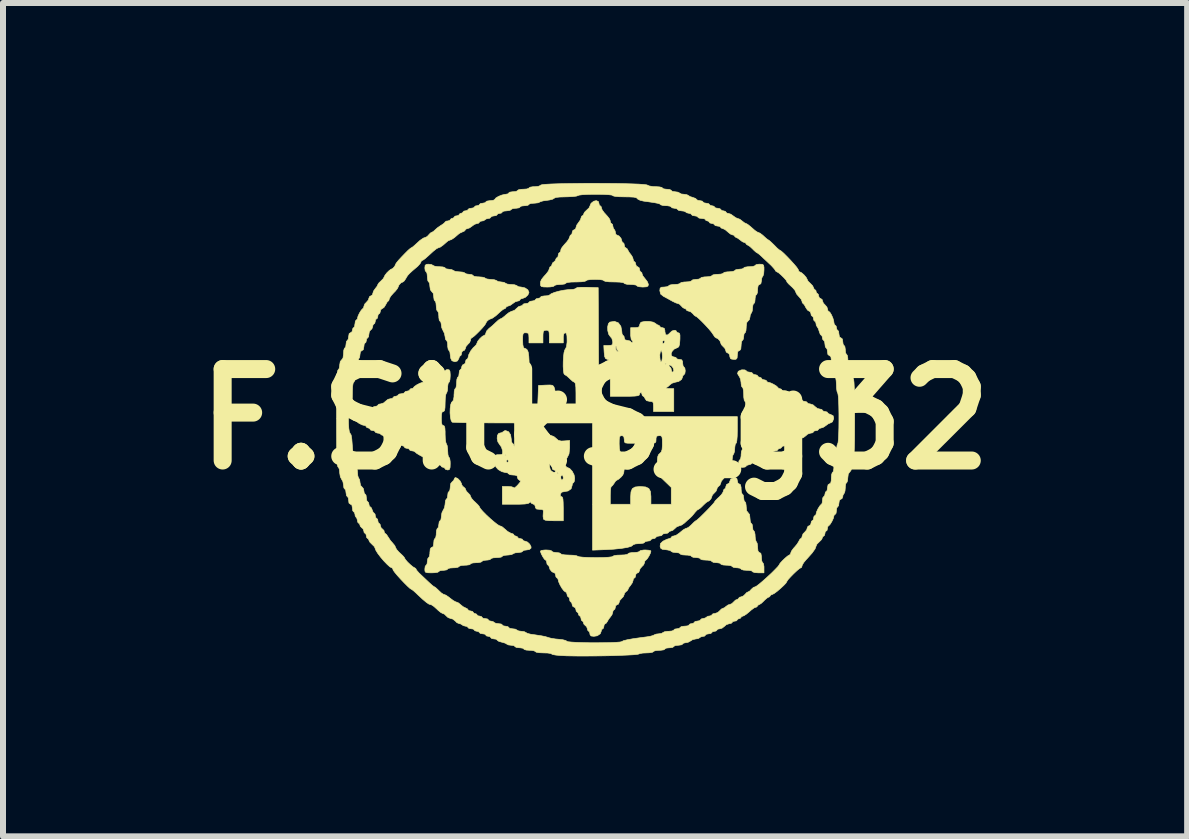
<source format=kicad_pcb>
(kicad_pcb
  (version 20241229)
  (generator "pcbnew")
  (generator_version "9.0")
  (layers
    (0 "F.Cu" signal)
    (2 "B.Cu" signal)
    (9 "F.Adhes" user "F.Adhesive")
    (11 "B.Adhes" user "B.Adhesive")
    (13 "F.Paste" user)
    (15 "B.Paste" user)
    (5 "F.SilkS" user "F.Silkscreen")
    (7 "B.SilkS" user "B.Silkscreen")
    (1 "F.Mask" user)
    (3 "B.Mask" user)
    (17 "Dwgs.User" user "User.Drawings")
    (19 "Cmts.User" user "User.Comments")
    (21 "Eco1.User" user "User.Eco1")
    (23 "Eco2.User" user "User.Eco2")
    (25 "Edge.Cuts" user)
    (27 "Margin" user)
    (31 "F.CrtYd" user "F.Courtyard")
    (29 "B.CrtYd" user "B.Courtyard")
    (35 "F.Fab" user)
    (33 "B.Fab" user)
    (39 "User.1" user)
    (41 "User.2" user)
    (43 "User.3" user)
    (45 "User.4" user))
  (footprint "F.SilkS_g32"
    (layer "F.Cu")
    (at 6.865 3.934)
    (property "Reference" "F.SilkS_g32" (at 0 0 0) (layer "F.SilkS") (effects (font (size 1.524 1.524) (thickness 0.3))))
    (attr through_hole)
    (fp_poly (pts (xy -2.725 -2.576) (xy -2.699 -2.561) (xy -2.671 -2.548) (xy -2.618 -2.541) (xy -2.592 -2.54) (xy -2.535 -2.536) (xy -2.502 -2.525) (xy -2.498 -2.519) (xy -2.479 -2.504) (xy -2.435 -2.498) (xy -2.387 -2.491) (xy -2.36 -2.477) (xy -2.332 -2.463) (xy -2.28 -2.456) (xy -2.265 -2.455) (xy -2.209 -2.45) (xy -2.173 -2.438) (xy -2.17 -2.434) (xy -2.141 -2.419) (xy -2.094 -2.413) (xy -2.05 -2.407) (xy -2.032 -2.392) (xy -2.013 -2.379) (xy -1.965 -2.372) (xy -1.938 -2.371) (xy -1.878 -2.366) (xy -1.838 -2.355) (xy -1.831 -2.349) (xy -1.803 -2.336) (xy -1.751 -2.329) (xy -1.736 -2.328) (xy -1.68 -2.323) (xy -1.644 -2.311) (xy -1.64 -2.307) (xy -1.612 -2.292) (xy -1.566 -2.286) (xy -1.518 -2.279) (xy -1.492 -2.265) (xy -1.464 -2.251) (xy -1.412 -2.244) (xy -1.397 -2.244) (xy -1.341 -2.239) (xy -1.305 -2.226) (xy -1.302 -2.223) (xy -1.273 -2.206) (xy -1.232 -2.201) (xy -1.168 -2.187) (xy -1.12 -2.155) (xy -1.101 -2.113) (xy -1.101 -2.112) (xy -1.118 -2.07) (xy -1.159 -2.031) (xy -1.207 -2.011) (xy -1.213 -2.011) (xy -1.244 -2) (xy -1.249 -1.99) (xy -1.266 -1.972) (xy -1.287 -1.968) (xy -1.33 -1.955) (xy -1.371 -1.926) (xy -1.415 -1.895) (xy -1.449 -1.884) (xy -1.478 -1.873) (xy -1.482 -1.863) (xy -1.498 -1.842) (xy -1.504 -1.841) (xy -1.533 -1.828) (xy -1.574 -1.795) (xy -1.575 -1.794) (xy -1.654 -1.722) (xy -1.711 -1.682) (xy -1.737 -1.672) (xy -1.77 -1.658) (xy -1.804 -1.628) (xy -1.82 -1.598) (xy -1.82 -1.597) (xy -1.835 -1.571) (xy -1.871 -1.527) (xy -1.92 -1.474) (xy -1.973 -1.421) (xy -2.019 -1.379) (xy -2.051 -1.356) (xy -2.056 -1.355) (xy -2.072 -1.337) (xy -2.074 -1.317) (xy -2.09 -1.276) (xy -2.117 -1.249) (xy -2.15 -1.211) (xy -2.159 -1.181) (xy -2.174 -1.149) (xy -2.191 -1.143) (xy -2.217 -1.125) (xy -2.223 -1.101) (xy -2.231 -1.066) (xy -2.242 -1.058) (xy -2.26 -1.04) (xy -2.269 -1.011) (xy -2.292 -0.97) (xy -2.334 -0.956) (xy -2.38 -0.971) (xy -2.387 -0.977) (xy -2.405 -1.015) (xy -2.413 -1.072) (xy -2.413 -1.073) (xy -2.419 -1.12) (xy -2.432 -1.143) (xy -2.434 -1.143) (xy -2.447 -1.162) (xy -2.455 -1.209) (xy -2.455 -1.228) (xy -2.46 -1.281) (xy -2.472 -1.31) (xy -2.477 -1.312) (xy -2.492 -1.331) (xy -2.498 -1.371) (xy -2.51 -1.43) (xy -2.53 -1.47) (xy -2.554 -1.522) (xy -2.561 -1.57) (xy -2.568 -1.613) (xy -2.582 -1.63) (xy -2.596 -1.649) (xy -2.603 -1.696) (xy -2.603 -1.714) (xy -2.608 -1.768) (xy -2.62 -1.797) (xy -2.625 -1.799) (xy -2.638 -1.818) (xy -2.645 -1.865) (xy -2.646 -1.884) (xy -2.651 -1.937) (xy -2.662 -1.966) (xy -2.667 -1.968) (xy -2.681 -1.987) (xy -2.688 -2.033) (xy -2.688 -2.04) (xy -2.697 -2.098) (xy -2.72 -2.124) (xy -2.744 -2.155) (xy -2.752 -2.211) (xy -2.757 -2.26) (xy -2.77 -2.285) (xy -2.773 -2.286) (xy -2.786 -2.305) (xy -2.793 -2.352) (xy -2.794 -2.371) (xy -2.799 -2.424) (xy -2.81 -2.453) (xy -2.815 -2.455) (xy -2.83 -2.474) (xy -2.836 -2.518) (xy -2.836 -2.519) (xy -2.831 -2.564) (xy -2.806 -2.58) (xy -2.774 -2.582) (xy -2.725 -2.576)) (stroke (width 0.01) (type solid)) (fill yes) (layer "F.SilkS"))
    (fp_poly (pts (xy 0.056 -3.626) (xy 0.064 -3.598) (xy 0.072 -3.564) (xy 0.085 -3.556) (xy 0.103 -3.539) (xy 0.106 -3.523) (xy 0.119 -3.486) (xy 0.152 -3.441) (xy 0.153 -3.44) (xy 0.208 -3.379) (xy 0.239 -3.339) (xy 0.252 -3.31) (xy 0.254 -3.292) (xy 0.265 -3.264) (xy 0.275 -3.26) (xy 0.293 -3.242) (xy 0.296 -3.219) (xy 0.306 -3.178) (xy 0.318 -3.164) (xy 0.335 -3.135) (xy 0.339 -3.11) (xy 0.348 -3.077) (xy 0.361 -3.069) (xy 0.4 -3.052) (xy 0.433 -3.013) (xy 0.445 -2.975) (xy 0.455 -2.946) (xy 0.466 -2.942) (xy 0.483 -2.924) (xy 0.487 -2.9) (xy 0.496 -2.865) (xy 0.509 -2.857) (xy 0.534 -2.84) (xy 0.545 -2.82) (xy 0.57 -2.776) (xy 0.597 -2.742) (xy 0.626 -2.697) (xy 0.635 -2.663) (xy 0.645 -2.631) (xy 0.656 -2.625) (xy 0.673 -2.607) (xy 0.677 -2.582) (xy 0.691 -2.548) (xy 0.709 -2.54) (xy 0.735 -2.522) (xy 0.741 -2.498) (xy 0.75 -2.463) (xy 0.762 -2.455) (xy 0.781 -2.438) (xy 0.783 -2.423) (xy 0.797 -2.386) (xy 0.832 -2.342) (xy 0.836 -2.337) (xy 0.872 -2.29) (xy 0.889 -2.246) (xy 0.889 -2.243) (xy 0.882 -2.217) (xy 0.856 -2.205) (xy 0.798 -2.201) (xy 0.794 -2.201) (xy 0.737 -2.206) (xy 0.703 -2.216) (xy 0.699 -2.223) (xy 0.679 -2.235) (xy 0.631 -2.242) (xy 0.593 -2.244) (xy 0.532 -2.247) (xy 0.494 -2.257) (xy 0.487 -2.265) (xy 0.467 -2.275) (xy 0.413 -2.283) (xy 0.333 -2.286) (xy 0.318 -2.286) (xy 0.234 -2.288) (xy 0.175 -2.295) (xy 0.149 -2.305) (xy 0.148 -2.307) (xy 0.129 -2.318) (xy 0.076 -2.326) (xy 0.000143 -2.328) (xy 0 -2.328) (xy -0.076 -2.326) (xy -0.129 -2.318) (xy -0.148 -2.307) (xy -0.148 -2.307) (xy -0.168 -2.297) (xy -0.222 -2.289) (xy -0.302 -2.286) (xy -0.318 -2.286) (xy -0.401 -2.284) (xy -0.46 -2.277) (xy -0.486 -2.267) (xy -0.487 -2.265) (xy -0.506 -2.252) (xy -0.554 -2.245) (xy -0.582 -2.244) (xy -0.639 -2.239) (xy -0.673 -2.229) (xy -0.677 -2.223) (xy -0.696 -2.211) (xy -0.746 -2.203) (xy -0.794 -2.201) (xy -0.86 -2.203) (xy -0.895 -2.21) (xy -0.908 -2.228) (xy -0.91 -2.255) (xy -0.907 -2.292) (xy -0.892 -2.326) (xy -0.86 -2.368) (xy -0.81 -2.424) (xy -0.776 -2.469) (xy -0.762 -2.506) (xy -0.762 -2.507) (xy -0.751 -2.536) (xy -0.741 -2.54) (xy -0.722 -2.557) (xy -0.72 -2.572) (xy -0.703 -2.608) (xy -0.688 -2.617) (xy -0.66 -2.644) (xy -0.656 -2.659) (xy -0.644 -2.685) (xy -0.635 -2.688) (xy -0.618 -2.706) (xy -0.614 -2.731) (xy -0.605 -2.765) (xy -0.593 -2.773) (xy -0.574 -2.79) (xy -0.572 -2.805) (xy -0.567 -2.832) (xy -0.548 -2.864) (xy -0.51 -2.91) (xy -0.471 -2.953) (xy -0.438 -2.998) (xy -0.423 -3.036) (xy -0.423 -3.036) (xy -0.412 -3.065) (xy -0.402 -3.069) (xy -0.385 -3.087) (xy -0.381 -3.111) (xy -0.368 -3.146) (xy -0.349 -3.154) (xy -0.323 -3.171) (xy -0.318 -3.192) (xy -0.304 -3.235) (xy -0.275 -3.276) (xy -0.244 -3.32) (xy -0.233 -3.354) (xy -0.222 -3.383) (xy -0.212 -3.387) (xy -0.192 -3.404) (xy -0.191 -3.415) (xy -0.175 -3.448) (xy -0.138 -3.484) (xy -0.1 -3.52) (xy -0.085 -3.552) (xy -0.066 -3.597) (xy -0.022 -3.631) (xy 0.02 -3.641) (xy 0.056 -3.626)) (stroke (width 0.01) (type solid)) (fill yes) (layer "F.SilkS"))
    (fp_poly (pts (xy 2.364 0.992) (xy 2.371 1.027) (xy 2.382 1.069) (xy 2.402 1.079) (xy 2.424 1.093) (xy 2.434 1.14) (xy 2.434 1.164) (xy 2.439 1.217) (xy 2.451 1.247) (xy 2.455 1.249) (xy 2.47 1.267) (xy 2.476 1.312) (xy 2.477 1.312) (xy 2.483 1.357) (xy 2.497 1.376) (xy 2.498 1.376) (xy 2.511 1.395) (xy 2.518 1.442) (xy 2.519 1.461) (xy 2.527 1.529) (xy 2.551 1.559) (xy 2.575 1.59) (xy 2.582 1.653) (xy 2.587 1.705) (xy 2.599 1.734) (xy 2.603 1.736) (xy 2.618 1.754) (xy 2.625 1.798) (xy 2.625 1.799) (xy 2.631 1.844) (xy 2.646 1.863) (xy 2.646 1.863) (xy 2.659 1.881) (xy 2.667 1.928) (xy 2.667 1.946) (xy 2.672 2.002) (xy 2.684 2.039) (xy 2.688 2.043) (xy 2.702 2.07) (xy 2.709 2.123) (xy 2.709 2.139) (xy 2.715 2.197) (xy 2.733 2.221) (xy 2.741 2.223) (xy 2.763 2.236) (xy 2.772 2.283) (xy 2.773 2.307) (xy 2.778 2.36) (xy 2.789 2.39) (xy 2.794 2.392) (xy 2.807 2.411) (xy 2.815 2.458) (xy 2.815 2.477) (xy 2.815 2.561) (xy 2.72 2.561) (xy 2.663 2.557) (xy 2.629 2.546) (xy 2.625 2.54) (xy 2.606 2.527) (xy 2.558 2.52) (xy 2.529 2.519) (xy 2.473 2.515) (xy 2.439 2.504) (xy 2.434 2.498) (xy 2.416 2.484) (xy 2.37 2.477) (xy 2.36 2.477) (xy 2.311 2.471) (xy 2.287 2.458) (xy 2.286 2.455) (xy 2.267 2.443) (xy 2.219 2.435) (xy 2.191 2.434) (xy 2.134 2.43) (xy 2.1 2.419) (xy 2.095 2.413) (xy 2.077 2.399) (xy 2.031 2.392) (xy 2.021 2.392) (xy 1.972 2.387) (xy 1.948 2.373) (xy 1.947 2.371) (xy 1.928 2.358) (xy 1.881 2.35) (xy 1.852 2.349) (xy 1.795 2.345) (xy 1.761 2.335) (xy 1.757 2.328) (xy 1.738 2.314) (xy 1.692 2.307) (xy 1.683 2.307) (xy 1.634 2.302) (xy 1.609 2.289) (xy 1.609 2.286) (xy 1.59 2.273) (xy 1.542 2.266) (xy 1.513 2.265) (xy 1.457 2.261) (xy 1.423 2.25) (xy 1.418 2.244) (xy 1.4 2.23) (xy 1.354 2.223) (xy 1.344 2.223) (xy 1.295 2.217) (xy 1.271 2.205) (xy 1.27 2.203) (xy 1.251 2.189) (xy 1.204 2.179) (xy 1.18 2.176) (xy 1.122 2.169) (xy 1.095 2.152) (xy 1.084 2.119) (xy 1.084 2.117) (xy 1.091 2.072) (xy 1.128 2.037) (xy 1.144 2.027) (xy 1.197 2.002) (xy 1.237 1.99) (xy 1.24 1.99) (xy 1.267 1.978) (xy 1.27 1.968) (xy 1.288 1.951) (xy 1.313 1.947) (xy 1.354 1.933) (xy 1.405 1.898) (xy 1.421 1.884) (xy 1.469 1.845) (xy 1.509 1.822) (xy 1.519 1.82) (xy 1.552 1.806) (xy 1.596 1.77) (xy 1.609 1.757) (xy 1.649 1.717) (xy 1.676 1.695) (xy 1.681 1.693) (xy 1.701 1.679) (xy 1.743 1.642) (xy 1.797 1.589) (xy 1.856 1.53) (xy 1.913 1.471) (xy 1.958 1.422) (xy 1.986 1.389) (xy 1.99 1.381) (xy 2.004 1.359) (xy 2.042 1.321) (xy 2.063 1.302) (xy 2.108 1.256) (xy 2.134 1.214) (xy 2.137 1.201) (xy 2.148 1.17) (xy 2.159 1.164) (xy 2.176 1.146) (xy 2.18 1.122) (xy 2.193 1.087) (xy 2.212 1.079) (xy 2.238 1.062) (xy 2.244 1.039) (xy 2.262 0.998) (xy 2.313 0.976) (xy 2.341 0.974) (xy 2.364 0.992)) (stroke (width 0.01) (type solid)) (fill yes) (layer "F.SilkS"))
    (fp_poly (pts (xy 2.787 -2.58) (xy 2.808 -2.566) (xy 2.815 -2.529) (xy 2.815 -2.488) (xy 2.811 -2.429) (xy 2.8 -2.388) (xy 2.794 -2.381) (xy 2.779 -2.353) (xy 2.773 -2.306) (xy 2.763 -2.256) (xy 2.741 -2.244) (xy 2.719 -2.23) (xy 2.71 -2.183) (xy 2.709 -2.159) (xy 2.705 -2.106) (xy 2.693 -2.076) (xy 2.688 -2.074) (xy 2.674 -2.056) (xy 2.667 -2.01) (xy 2.667 -2) (xy 2.662 -1.951) (xy 2.649 -1.927) (xy 2.646 -1.926) (xy 2.632 -1.908) (xy 2.625 -1.862) (xy 2.625 -1.853) (xy 2.619 -1.801) (xy 2.605 -1.769) (xy 2.603 -1.767) (xy 2.587 -1.738) (xy 2.582 -1.702) (xy 2.571 -1.657) (xy 2.551 -1.637) (xy 2.527 -1.608) (xy 2.519 -1.541) (xy 2.519 -1.532) (xy 2.515 -1.476) (xy 2.504 -1.443) (xy 2.498 -1.439) (xy 2.483 -1.421) (xy 2.477 -1.377) (xy 2.477 -1.376) (xy 2.47 -1.331) (xy 2.456 -1.312) (xy 2.455 -1.312) (xy 2.442 -1.294) (xy 2.435 -1.247) (xy 2.434 -1.228) (xy 2.429 -1.169) (xy 2.412 -1.145) (xy 2.402 -1.143) (xy 2.379 -1.127) (xy 2.371 -1.076) (xy 2.371 -1.069) (xy 2.367 -1.019) (xy 2.349 -0.998) (xy 2.321 -0.995) (xy 2.277 -1) (xy 2.258 -1.009) (xy 2.246 -1.04) (xy 2.244 -1.062) (xy 2.229 -1.094) (xy 2.212 -1.101) (xy 2.185 -1.118) (xy 2.18 -1.138) (xy 2.164 -1.179) (xy 2.138 -1.206) (xy 2.105 -1.241) (xy 2.095 -1.266) (xy 2.081 -1.304) (xy 2.048 -1.34) (xy 2.016 -1.355) (xy 1.994 -1.371) (xy 1.967 -1.412) (xy 1.967 -1.412) (xy 1.94 -1.451) (xy 1.895 -1.505) (xy 1.839 -1.566) (xy 1.781 -1.626) (xy 1.729 -1.676) (xy 1.691 -1.708) (xy 1.677 -1.714) (xy 1.653 -1.73) (xy 1.63 -1.757) (xy 1.592 -1.79) (xy 1.562 -1.799) (xy 1.53 -1.809) (xy 1.524 -1.82) (xy 1.507 -1.84) (xy 1.497 -1.841) (xy 1.465 -1.857) (xy 1.439 -1.884) (xy 1.406 -1.917) (xy 1.382 -1.926) (xy 1.349 -1.936) (xy 1.296 -1.961) (xy 1.276 -1.972) (xy 1.21 -2.009) (xy 1.148 -2.042) (xy 1.138 -2.048) (xy 1.093 -2.084) (xy 1.08 -2.138) (xy 1.079 -2.139) (xy 1.084 -2.181) (xy 1.105 -2.198) (xy 1.154 -2.201) (xy 1.203 -2.207) (xy 1.227 -2.22) (xy 1.228 -2.223) (xy 1.247 -2.235) (xy 1.294 -2.243) (xy 1.323 -2.244) (xy 1.38 -2.248) (xy 1.414 -2.259) (xy 1.418 -2.265) (xy 1.437 -2.277) (xy 1.485 -2.285) (xy 1.513 -2.286) (xy 1.57 -2.29) (xy 1.604 -2.301) (xy 1.609 -2.307) (xy 1.627 -2.321) (xy 1.673 -2.328) (xy 1.683 -2.328) (xy 1.732 -2.334) (xy 1.756 -2.347) (xy 1.757 -2.349) (xy 1.776 -2.362) (xy 1.824 -2.37) (xy 1.852 -2.371) (xy 1.909 -2.375) (xy 1.943 -2.386) (xy 1.947 -2.392) (xy 1.966 -2.404) (xy 2.014 -2.412) (xy 2.043 -2.413) (xy 2.099 -2.417) (xy 2.133 -2.428) (xy 2.138 -2.434) (xy 2.157 -2.447) (xy 2.205 -2.454) (xy 2.233 -2.455) (xy 2.29 -2.46) (xy 2.324 -2.47) (xy 2.328 -2.477) (xy 2.347 -2.49) (xy 2.393 -2.497) (xy 2.402 -2.498) (xy 2.451 -2.503) (xy 2.476 -2.516) (xy 2.477 -2.519) (xy 2.495 -2.531) (xy 2.543 -2.539) (xy 2.572 -2.54) (xy 2.629 -2.544) (xy 2.663 -2.555) (xy 2.667 -2.561) (xy 2.686 -2.575) (xy 2.731 -2.582) (xy 2.741 -2.582) (xy 2.787 -2.58)) (stroke (width 0.01) (type solid)) (fill yes) (layer "F.SilkS"))
    (fp_poly (pts (xy 0.893 2.184) (xy 0.927 2.193) (xy 0.931 2.198) (xy 0.922 2.234) (xy 0.899 2.281) (xy 0.871 2.325) (xy 0.849 2.348) (xy 0.845 2.349) (xy 0.829 2.367) (xy 0.826 2.387) (xy 0.81 2.428) (xy 0.783 2.455) (xy 0.75 2.493) (xy 0.741 2.524) (xy 0.726 2.555) (xy 0.709 2.561) (xy 0.683 2.579) (xy 0.677 2.603) (xy 0.668 2.638) (xy 0.656 2.646) (xy 0.638 2.663) (xy 0.635 2.684) (xy 0.621 2.727) (xy 0.593 2.768) (xy 0.562 2.808) (xy 0.55 2.836) (xy 0.533 2.863) (xy 0.519 2.871) (xy 0.491 2.9) (xy 0.487 2.919) (xy 0.471 2.958) (xy 0.445 2.985) (xy 0.411 3.023) (xy 0.402 3.053) (xy 0.388 3.084) (xy 0.37 3.09) (xy 0.345 3.108) (xy 0.339 3.133) (xy 0.33 3.167) (xy 0.318 3.175) (xy 0.3 3.193) (xy 0.296 3.213) (xy 0.283 3.258) (xy 0.258 3.293) (xy 0.223 3.339) (xy 0.206 3.371) (xy 0.184 3.402) (xy 0.17 3.408) (xy 0.152 3.426) (xy 0.148 3.45) (xy 0.139 3.485) (xy 0.127 3.493) (xy 0.108 3.51) (xy 0.106 3.526) (xy 0.087 3.576) (xy 0.037 3.61) (xy -0.02 3.619) (xy -0.067 3.613) (xy -0.084 3.59) (xy -0.085 3.577) (xy -0.094 3.543) (xy -0.106 3.535) (xy -0.123 3.517) (xy -0.127 3.495) (xy -0.142 3.455) (xy -0.159 3.443) (xy -0.187 3.414) (xy -0.191 3.398) (xy -0.202 3.369) (xy -0.212 3.365) (xy -0.229 3.348) (xy -0.233 3.323) (xy -0.242 3.289) (xy -0.254 3.281) (xy -0.273 3.264) (xy -0.275 3.249) (xy -0.287 3.221) (xy -0.296 3.217) (xy -0.314 3.2) (xy -0.318 3.175) (xy -0.331 3.141) (xy -0.349 3.133) (xy -0.375 3.115) (xy -0.381 3.09) (xy -0.39 3.056) (xy -0.402 3.048) (xy -0.419 3.03) (xy -0.423 3.006) (xy -0.432 2.971) (xy -0.445 2.963) (xy -0.462 2.946) (xy -0.466 2.921) (xy -0.477 2.887) (xy -0.493 2.879) (xy -0.518 2.861) (xy -0.551 2.818) (xy -0.583 2.763) (xy -0.607 2.709) (xy -0.614 2.676) (xy -0.626 2.649) (xy -0.635 2.646) (xy -0.652 2.628) (xy -0.656 2.603) (xy -0.666 2.569) (xy -0.679 2.561) (xy -0.717 2.544) (xy -0.75 2.505) (xy -0.762 2.467) (xy -0.773 2.438) (xy -0.783 2.434) (xy -0.8 2.416) (xy -0.804 2.392) (xy -0.813 2.357) (xy -0.824 2.349) (xy -0.844 2.333) (xy -0.871 2.292) (xy -0.896 2.244) (xy -0.91 2.204) (xy -0.91 2.198) (xy -0.891 2.187) (xy -0.843 2.181) (xy -0.815 2.18) (xy -0.758 2.184) (xy -0.724 2.195) (xy -0.72 2.201) (xy -0.701 2.215) (xy -0.655 2.222) (xy -0.646 2.223) (xy -0.597 2.228) (xy -0.572 2.241) (xy -0.572 2.244) (xy -0.552 2.255) (xy -0.501 2.262) (xy -0.435 2.265) (xy -0.363 2.268) (xy -0.309 2.276) (xy -0.286 2.286) (xy -0.26 2.294) (xy -0.198 2.301) (xy -0.107 2.305) (xy 0.006 2.307) (xy 0.012 2.307) (xy 0.132 2.306) (xy 0.222 2.301) (xy 0.279 2.294) (xy 0.296 2.286) (xy 0.316 2.275) (xy 0.366 2.267) (xy 0.423 2.265) (xy 0.491 2.262) (xy 0.537 2.253) (xy 0.55 2.244) (xy 0.569 2.231) (xy 0.617 2.223) (xy 0.646 2.223) (xy 0.702 2.218) (xy 0.736 2.208) (xy 0.741 2.201) (xy 0.76 2.189) (xy 0.808 2.181) (xy 0.836 2.18) (xy 0.893 2.184)) (stroke (width 0.01) (type solid)) (fill yes) (layer "F.SilkS"))
    (fp_poly (pts (xy -2.287 0.99) (xy -2.249 1.029) (xy -2.225 1.073) (xy -2.223 1.088) (xy -2.205 1.121) (xy -2.191 1.129) (xy -2.163 1.155) (xy -2.159 1.169) (xy -2.143 1.202) (xy -2.117 1.228) (xy -2.084 1.262) (xy -2.074 1.288) (xy -2.059 1.319) (xy -2.021 1.362) (xy -2 1.381) (xy -1.956 1.423) (xy -1.929 1.455) (xy -1.926 1.464) (xy -1.911 1.49) (xy -1.871 1.536) (xy -1.815 1.593) (xy -1.751 1.653) (xy -1.687 1.708) (xy -1.632 1.752) (xy -1.594 1.776) (xy -1.586 1.778) (xy -1.552 1.791) (xy -1.535 1.804) (xy -1.457 1.871) (xy -1.402 1.902) (xy -1.386 1.905) (xy -1.358 1.917) (xy -1.355 1.926) (xy -1.338 1.945) (xy -1.323 1.947) (xy -1.295 1.959) (xy -1.291 1.968) (xy -1.273 1.986) (xy -1.249 1.99) (xy -1.214 1.999) (xy -1.206 2.011) (xy -1.189 2.029) (xy -1.169 2.032) (xy -1.126 2.048) (xy -1.088 2.084) (xy -1.066 2.127) (xy -1.067 2.15) (xy -1.094 2.172) (xy -1.142 2.18) (xy -1.187 2.186) (xy -1.206 2.201) (xy -1.206 2.201) (xy -1.225 2.215) (xy -1.271 2.222) (xy -1.279 2.223) (xy -1.332 2.228) (xy -1.364 2.242) (xy -1.365 2.244) (xy -1.393 2.257) (xy -1.446 2.264) (xy -1.462 2.265) (xy -1.514 2.27) (xy -1.543 2.281) (xy -1.545 2.286) (xy -1.564 2.299) (xy -1.612 2.306) (xy -1.64 2.307) (xy -1.697 2.311) (xy -1.731 2.322) (xy -1.736 2.328) (xy -1.754 2.342) (xy -1.8 2.349) (xy -1.81 2.349) (xy -1.859 2.355) (xy -1.883 2.368) (xy -1.884 2.371) (xy -1.903 2.383) (xy -1.951 2.391) (xy -1.979 2.392) (xy -2.036 2.396) (xy -2.07 2.407) (xy -2.074 2.413) (xy -2.093 2.426) (xy -2.141 2.433) (xy -2.17 2.434) (xy -2.226 2.438) (xy -2.26 2.449) (xy -2.265 2.455) (xy -2.284 2.468) (xy -2.332 2.476) (xy -2.36 2.477) (xy -2.417 2.481) (xy -2.451 2.491) (xy -2.455 2.498) (xy -2.474 2.512) (xy -2.52 2.519) (xy -2.529 2.519) (xy -2.578 2.524) (xy -2.603 2.537) (xy -2.603 2.54) (xy -2.623 2.552) (xy -2.672 2.559) (xy -2.72 2.561) (xy -2.786 2.56) (xy -2.821 2.553) (xy -2.834 2.535) (xy -2.836 2.499) (xy -2.836 2.498) (xy -2.83 2.453) (xy -2.815 2.434) (xy -2.815 2.434) (xy -2.8 2.416) (xy -2.794 2.371) (xy -2.794 2.371) (xy -2.788 2.326) (xy -2.773 2.307) (xy -2.773 2.307) (xy -2.76 2.288) (xy -2.752 2.241) (xy -2.752 2.223) (xy -2.746 2.164) (xy -2.729 2.139) (xy -2.72 2.138) (xy -2.696 2.122) (xy -2.688 2.07) (xy -2.688 2.064) (xy -2.683 2.015) (xy -2.67 1.99) (xy -2.667 1.99) (xy -2.654 1.971) (xy -2.646 1.924) (xy -2.646 1.905) (xy -2.641 1.852) (xy -2.629 1.822) (xy -2.625 1.82) (xy -2.61 1.802) (xy -2.604 1.758) (xy -2.603 1.757) (xy -2.597 1.712) (xy -2.583 1.693) (xy -2.582 1.693) (xy -2.568 1.675) (xy -2.561 1.629) (xy -2.561 1.621) (xy -2.552 1.562) (xy -2.531 1.518) (xy -2.529 1.516) (xy -2.508 1.474) (xy -2.498 1.415) (xy -2.498 1.409) (xy -2.492 1.36) (xy -2.48 1.334) (xy -2.477 1.333) (xy -2.462 1.315) (xy -2.455 1.271) (xy -2.455 1.27) (xy -2.449 1.225) (xy -2.434 1.207) (xy -2.434 1.206) (xy -2.42 1.188) (xy -2.413 1.142) (xy -2.413 1.132) (xy -2.404 1.072) (xy -2.381 1.045) (xy -2.353 1.018) (xy -2.349 1.003) (xy -2.334 0.977) (xy -2.322 0.974) (xy -2.287 0.99)) (stroke (width 0.01) (type solid)) (fill yes) (layer "F.SilkS"))
    (fp_poly (pts (xy 2.497 -0.82) (xy 2.519 -0.807) (xy 2.519 -0.806) (xy 2.537 -0.789) (xy 2.572 -0.783) (xy 2.612 -0.776) (xy 2.625 -0.762) (xy 2.642 -0.745) (xy 2.667 -0.741) (xy 2.701 -0.732) (xy 2.709 -0.72) (xy 2.726 -0.701) (xy 2.741 -0.699) (xy 2.769 -0.687) (xy 2.773 -0.677) (xy 2.791 -0.66) (xy 2.815 -0.656) (xy 2.85 -0.647) (xy 2.857 -0.635) (xy 2.875 -0.616) (xy 2.888 -0.614) (xy 2.925 -0.604) (xy 2.974 -0.581) (xy 3.02 -0.553) (xy 3.046 -0.529) (xy 3.048 -0.524) (xy 3.065 -0.51) (xy 3.08 -0.508) (xy 3.108 -0.497) (xy 3.111 -0.487) (xy 3.129 -0.47) (xy 3.154 -0.466) (xy 3.188 -0.457) (xy 3.196 -0.445) (xy 3.214 -0.429) (xy 3.249 -0.423) (xy 3.289 -0.416) (xy 3.302 -0.402) (xy 3.32 -0.385) (xy 3.344 -0.381) (xy 3.379 -0.372) (xy 3.387 -0.36) (xy 3.404 -0.341) (xy 3.418 -0.339) (xy 3.447 -0.327) (xy 3.45 -0.318) (xy 3.468 -0.3) (xy 3.493 -0.296) (xy 3.527 -0.287) (xy 3.535 -0.275) (xy 3.553 -0.259) (xy 3.583 -0.254) (xy 3.633 -0.238) (xy 3.662 -0.212) (xy 3.704 -0.178) (xy 3.741 -0.169) (xy 3.778 -0.161) (xy 3.789 -0.148) (xy 3.807 -0.131) (xy 3.831 -0.127) (xy 3.866 -0.119) (xy 3.873 -0.108) (xy 3.891 -0.09) (xy 3.928 -0.076) (xy 3.967 -0.057) (xy 3.977 -0.019) (xy 3.975 -0.005) (xy 3.956 0.045) (xy 3.928 0.06) (xy 3.883 0.08) (xy 3.845 0.108) (xy 3.8 0.138) (xy 3.764 0.148) (xy 3.732 0.158) (xy 3.725 0.169) (xy 3.708 0.187) (xy 3.683 0.191) (xy 3.649 0.199) (xy 3.641 0.212) (xy 3.623 0.228) (xy 3.592 0.233) (xy 3.543 0.249) (xy 3.514 0.275) (xy 3.471 0.308) (xy 3.435 0.318) (xy 3.397 0.325) (xy 3.387 0.339) (xy 3.369 0.356) (xy 3.344 0.36) (xy 3.31 0.369) (xy 3.302 0.381) (xy 3.284 0.397) (xy 3.249 0.402) (xy 3.209 0.409) (xy 3.196 0.423) (xy 3.178 0.441) (xy 3.154 0.445) (xy 3.119 0.453) (xy 3.111 0.466) (xy 3.094 0.484) (xy 3.08 0.487) (xy 3.052 0.498) (xy 3.048 0.508) (xy 3.03 0.525) (xy 3.006 0.529) (xy 2.971 0.538) (xy 2.963 0.55) (xy 2.945 0.57) (xy 2.91 0.584) (xy 2.871 0.6) (xy 2.857 0.616) (xy 2.84 0.631) (xy 2.815 0.635) (xy 2.781 0.644) (xy 2.773 0.656) (xy 2.755 0.673) (xy 2.73 0.677) (xy 2.683 0.691) (xy 2.641 0.72) (xy 2.595 0.751) (xy 2.557 0.762) (xy 2.525 0.772) (xy 2.519 0.783) (xy 2.5 0.798) (xy 2.456 0.804) (xy 2.455 0.804) (xy 2.41 0.799) (xy 2.394 0.774) (xy 2.392 0.741) (xy 2.398 0.696) (xy 2.413 0.677) (xy 2.413 0.677) (xy 2.426 0.659) (xy 2.434 0.612) (xy 2.434 0.593) (xy 2.439 0.54) (xy 2.451 0.51) (xy 2.455 0.508) (xy 2.467 0.489) (xy 2.475 0.439) (xy 2.477 0.392) (xy 2.48 0.328) (xy 2.489 0.286) (xy 2.498 0.275) (xy 2.507 0.255) (xy 2.513 0.196) (xy 2.517 0.104) (xy 2.519 -0.011) (xy 2.517 -0.131) (xy 2.513 -0.222) (xy 2.506 -0.278) (xy 2.498 -0.296) (xy 2.486 -0.315) (xy 2.478 -0.365) (xy 2.477 -0.413) (xy 2.473 -0.477) (xy 2.464 -0.519) (xy 2.455 -0.529) (xy 2.441 -0.548) (xy 2.434 -0.594) (xy 2.434 -0.605) (xy 2.425 -0.665) (xy 2.404 -0.711) (xy 2.401 -0.713) (xy 2.374 -0.759) (xy 2.386 -0.797) (xy 2.434 -0.819) (xy 2.45 -0.822) (xy 2.497 -0.82)) (stroke (width 0.01) (type solid)) (fill yes) (layer "F.SilkS"))
    (fp_poly (pts (xy -2.43 -0.82) (xy -2.417 -0.796) (xy -2.413 -0.744) (xy -2.413 -0.72) (xy -2.417 -0.659) (xy -2.427 -0.621) (xy -2.434 -0.614) (xy -2.448 -0.595) (xy -2.455 -0.548) (xy -2.455 -0.53) (xy -2.46 -0.474) (xy -2.472 -0.438) (xy -2.477 -0.434) (xy -2.487 -0.408) (xy -2.495 -0.351) (xy -2.498 -0.276) (xy -2.498 -0.274) (xy -2.5 -0.194) (xy -2.506 -0.148) (xy -2.52 -0.129) (xy -2.529 -0.127) (xy -2.549 -0.117) (xy -2.558 -0.08) (xy -2.561 -0.011) (xy -2.558 0.06) (xy -2.548 0.096) (xy -2.529 0.106) (xy -2.512 0.115) (xy -2.502 0.146) (xy -2.498 0.208) (xy -2.498 0.253) (xy -2.495 0.328) (xy -2.487 0.385) (xy -2.477 0.413) (xy -2.477 0.413) (xy -2.464 0.44) (xy -2.457 0.494) (xy -2.455 0.53) (xy -2.451 0.59) (xy -2.442 0.628) (xy -2.434 0.635) (xy -2.422 0.654) (xy -2.414 0.703) (xy -2.413 0.741) (xy -2.415 0.804) (xy -2.425 0.836) (xy -2.446 0.846) (xy -2.455 0.847) (xy -2.49 0.838) (xy -2.498 0.826) (xy -2.515 0.807) (xy -2.529 0.804) (xy -2.558 0.793) (xy -2.561 0.783) (xy -2.579 0.766) (xy -2.603 0.762) (xy -2.638 0.753) (xy -2.646 0.741) (xy -2.663 0.722) (xy -2.677 0.72) (xy -2.714 0.71) (xy -2.768 0.685) (xy -2.788 0.674) (xy -2.854 0.637) (xy -2.915 0.604) (xy -2.926 0.598) (xy -2.971 0.571) (xy -2.996 0.549) (xy -3.025 0.532) (xy -3.049 0.529) (xy -3.083 0.52) (xy -3.09 0.508) (xy -3.108 0.491) (xy -3.133 0.487) (xy -3.167 0.478) (xy -3.175 0.466) (xy -3.192 0.447) (xy -3.207 0.445) (xy -3.235 0.433) (xy -3.239 0.423) (xy -3.256 0.406) (xy -3.281 0.402) (xy -3.315 0.393) (xy -3.323 0.381) (xy -3.341 0.363) (xy -3.362 0.36) (xy -3.405 0.346) (xy -3.445 0.318) (xy -3.489 0.287) (xy -3.522 0.275) (xy -3.559 0.263) (xy -3.567 0.254) (xy -3.596 0.236) (xy -3.621 0.233) (xy -3.654 0.224) (xy -3.662 0.212) (xy -3.68 0.194) (xy -3.704 0.191) (xy -3.739 0.182) (xy -3.747 0.169) (xy -3.764 0.151) (xy -3.778 0.148) (xy -3.806 0.137) (xy -3.81 0.127) (xy -3.827 0.108) (xy -3.84 0.106) (xy -3.883 0.095) (xy -3.934 0.069) (xy -3.978 0.037) (xy -4 0.008) (xy -4 0.005) (xy -3.987 -0.019) (xy -3.979 -0.021) (xy -3.961 -0.038) (xy -3.958 -0.053) (xy -3.94 -0.079) (xy -3.915 -0.085) (xy -3.868 -0.099) (xy -3.826 -0.127) (xy -3.78 -0.158) (xy -3.743 -0.169) (xy -3.71 -0.179) (xy -3.704 -0.191) (xy -3.686 -0.208) (xy -3.662 -0.212) (xy -3.627 -0.221) (xy -3.619 -0.233) (xy -3.602 -0.249) (xy -3.571 -0.254) (xy -3.522 -0.27) (xy -3.493 -0.296) (xy -3.45 -0.33) (xy -3.414 -0.339) (xy -3.376 -0.347) (xy -3.365 -0.36) (xy -3.348 -0.377) (xy -3.323 -0.381) (xy -3.289 -0.39) (xy -3.281 -0.402) (xy -3.263 -0.418) (xy -3.228 -0.423) (xy -3.188 -0.431) (xy -3.175 -0.445) (xy -3.157 -0.462) (xy -3.133 -0.466) (xy -3.098 -0.475) (xy -3.09 -0.487) (xy -3.073 -0.506) (xy -3.059 -0.508) (xy -3.03 -0.517) (xy -3.027 -0.524) (xy -3.009 -0.545) (xy -2.968 -0.573) (xy -2.918 -0.598) (xy -2.876 -0.613) (xy -2.866 -0.614) (xy -2.839 -0.626) (xy -2.836 -0.635) (xy -2.819 -0.652) (xy -2.794 -0.656) (xy -2.76 -0.665) (xy -2.752 -0.677) (xy -2.734 -0.694) (xy -2.708 -0.699) (xy -2.662 -0.712) (xy -2.62 -0.741) (xy -2.574 -0.772) (xy -2.536 -0.783) (xy -2.504 -0.793) (xy -2.498 -0.804) (xy -2.48 -0.822) (xy -2.455 -0.826) (xy -2.43 -0.82)) (stroke (width 0.01) (type solid)) (fill yes) (layer "F.SilkS"))
    (fp_poly (pts (xy 0.388 -1.605) (xy 0.43 -1.548) (xy 0.445 -1.471) (xy 0.45 -1.422) (xy 0.463 -1.398) (xy 0.466 -1.397) (xy 0.483 -1.379) (xy 0.487 -1.355) (xy 0.5 -1.321) (xy 0.538 -1.312) (xy 0.581 -1.303) (xy 0.599 -1.286) (xy 0.617 -1.272) (xy 0.627 -1.278) (xy 0.627 -1.279) (xy 1.122 -1.279) (xy 1.132 -1.257) (xy 1.143 -1.259) (xy 1.163 -1.286) (xy 1.164 -1.292) (xy 1.148 -1.312) (xy 1.143 -1.312) (xy 1.124 -1.295) (xy 1.122 -1.279) (xy 0.627 -1.279) (xy 0.629 -1.3) (xy 0.619 -1.306) (xy 0.602 -1.333) (xy 0.593 -1.394) (xy 0.593 -1.42) (xy 0.593 -1.524) (xy 0.667 -1.524) (xy 0.718 -1.529) (xy 0.739 -1.548) (xy 0.741 -1.564) (xy 0.756 -1.604) (xy 0.774 -1.617) (xy 0.835 -1.629) (xy 0.906 -1.628) (xy 0.969 -1.616) (xy 1.002 -1.598) (xy 1.038 -1.572) (xy 1.057 -1.566) (xy 1.079 -1.551) (xy 1.079 -1.545) (xy 1.097 -1.528) (xy 1.122 -1.524) (xy 1.153 -1.514) (xy 1.164 -1.477) (xy 1.164 -1.46) (xy 1.174 -1.411) (xy 1.201 -1.399) (xy 1.238 -1.426) (xy 1.249 -1.439) (xy 1.283 -1.469) (xy 1.321 -1.481) (xy 1.349 -1.475) (xy 1.355 -1.46) (xy 1.372 -1.442) (xy 1.387 -1.439) (xy 1.406 -1.431) (xy 1.415 -1.402) (xy 1.415 -1.341) (xy 1.414 -1.318) (xy 1.408 -1.247) (xy 1.396 -1.208) (xy 1.376 -1.191) (xy 1.367 -1.189) (xy 1.319 -1.167) (xy 1.285 -1.131) (xy 1.268 -1.09) (xy 1.273 -1.055) (xy 1.304 -1.038) (xy 1.312 -1.037) (xy 1.347 -1.028) (xy 1.355 -1.016) (xy 1.373 -1) (xy 1.408 -0.995) (xy 1.445 -0.988) (xy 1.459 -0.959) (xy 1.46 -0.931) (xy 1.467 -0.887) (xy 1.481 -0.868) (xy 1.482 -0.868) (xy 1.497 -0.849) (xy 1.503 -0.805) (xy 1.503 -0.804) (xy 1.497 -0.76) (xy 1.482 -0.741) (xy 1.482 -0.741) (xy 1.463 -0.723) (xy 1.46 -0.706) (xy 1.442 -0.662) (xy 1.394 -0.628) (xy 1.336 -0.615) (xy 1.282 -0.598) (xy 1.251 -0.575) (xy 1.212 -0.539) (xy 1.185 -0.524) (xy 1.183 -0.516) (xy 1.215 -0.51) (xy 1.233 -0.51) (xy 1.312 -0.508) (xy 1.312 -0.127) (xy 0.974 -0.127) (xy 0.974 -0.212) (xy 0.971 -0.266) (xy 0.958 -0.29) (xy 0.924 -0.296) (xy 0.912 -0.296) (xy 0.858 -0.308) (xy 0.836 -0.339) (xy 0.817 -0.373) (xy 0.803 -0.381) (xy 0.785 -0.398) (xy 0.783 -0.413) (xy 0.772 -0.441) (xy 0.762 -0.445) (xy 0.743 -0.427) (xy 0.741 -0.413) (xy 0.734 -0.399) (xy 0.71 -0.39) (xy 0.663 -0.384) (xy 0.584 -0.381) (xy 0.497 -0.381) (xy 0.254 -0.381) (xy 0.254 -0.702) (xy 0.368 -0.696) (xy 0.439 -0.696) (xy 0.486 -0.707) (xy 0.525 -0.735) (xy 0.538 -0.748) (xy 0.574 -0.787) (xy 0.581 -0.813) (xy 0.564 -0.836) (xy 0.518 -0.861) (xy 0.479 -0.868) (xy 0.434 -0.875) (xy 0.413 -0.889) (xy 0.395 -0.899) (xy 1.232 -0.899) (xy 1.234 -0.879) (xy 1.244 -0.874) (xy 1.266 -0.847) (xy 1.27 -0.824) (xy 1.279 -0.79) (xy 1.291 -0.783) (xy 1.31 -0.8) (xy 1.312 -0.816) (xy 1.301 -0.854) (xy 1.274 -0.887) (xy 1.245 -0.903) (xy 1.232 -0.899) (xy 0.395 -0.899) (xy 0.383 -0.906) (xy 0.356 -0.91) (xy 0.323 -0.921) (xy 1.164 -0.921) (xy 1.175 -0.91) (xy 1.185 -0.921) (xy 1.175 -0.931) (xy 1.164 -0.921) (xy 0.323 -0.921) (xy 0.308 -0.925) (xy 0.277 -0.95) (xy 0.233 -0.985) (xy 0.201 -0.998) (xy 0.175 -1.01) (xy 0.161 -1.042) (xy 0.16 -1.048) (xy 1.079 -1.048) (xy 1.084 -0.991) (xy 1.094 -0.957) (xy 1.101 -0.953) (xy 1.113 -0.971) (xy 1.121 -1.019) (xy 1.122 -1.048) (xy 1.118 -1.105) (xy 1.107 -1.139) (xy 1.101 -1.143) (xy 1.088 -1.124) (xy 1.08 -1.076) (xy 1.079 -1.048) (xy 0.16 -1.048) (xy 0.153 -1.104) (xy 0.152 -1.117) (xy 0.149 -1.167) (xy 0.343 -1.167) (xy 0.362 -1.133) (xy 0.386 -1.124) (xy 0.401 -1.128) (xy 0.386 -1.136) (xy 0.364 -1.163) (xy 0.358 -1.192) (xy 0.353 -1.218) (xy 0.346 -1.211) (xy 0.343 -1.167) (xy 0.149 -1.167) (xy 0.146 -1.228) (xy 0.221 -1.228) (xy 0.272 -1.231) (xy 0.292 -1.249) (xy 0.296 -1.286) (xy 0.28 -1.346) (xy 0.254 -1.376) (xy 0.227 -1.415) (xy 0.212 -1.474) (xy 0.21 -1.537) (xy 0.222 -1.59) (xy 0.245 -1.617) (xy 0.324 -1.629) (xy 0.388 -1.605)) (stroke (width 0.01) (type solid)) (fill yes) (layer "F.SilkS"))
    (fp_poly (pts (xy -0.903 0.195) (xy -0.871 0.206) (xy -0.868 0.212) (xy -0.85 0.228) (xy -0.815 0.233) (xy -0.775 0.24) (xy -0.762 0.254) (xy -0.745 0.272) (xy -0.725 0.275) (xy -0.685 0.291) (xy -0.647 0.323) (xy -0.611 0.354) (xy -0.564 0.365) (xy -0.515 0.363) (xy -0.423 0.356) (xy -0.423 0.48) (xy -0.434 0.58) (xy -0.467 0.646) (xy -0.52 0.676) (xy -0.54 0.677) (xy -0.566 0.695) (xy -0.572 0.72) (xy -0.557 0.755) (xy -0.529 0.762) (xy -0.495 0.771) (xy -0.487 0.783) (xy -0.471 0.804) (xy -0.465 0.804) (xy -0.422 0.823) (xy -0.38 0.869) (xy -0.349 0.929) (xy -0.339 0.983) (xy -0.344 1.033) (xy -0.357 1.058) (xy -0.36 1.058) (xy -0.377 1.076) (xy -0.381 1.102) (xy -0.399 1.161) (xy -0.45 1.197) (xy -0.504 1.206) (xy -0.556 1.217) (xy -0.578 1.249) (xy -0.576 1.284) (xy -0.559 1.291) (xy -0.545 1.3) (xy -0.535 1.331) (xy -0.531 1.39) (xy -0.529 1.485) (xy -0.529 1.492) (xy -0.529 1.693) (xy -0.689 1.693) (xy -0.776 1.691) (xy -0.829 1.684) (xy -0.855 1.67) (xy -0.86 1.661) (xy -0.866 1.618) (xy -0.863 1.566) (xy -0.861 1.523) (xy -0.878 1.506) (xy -0.924 1.503) (xy -0.974 1.498) (xy -0.993 1.477) (xy -0.995 1.46) (xy -1.007 1.426) (xy -1.025 1.418) (xy -1.06 1.402) (xy -1.067 1.392) (xy -1.081 1.376) (xy -1.092 1.392) (xy -1.114 1.405) (xy -1.169 1.414) (xy -1.261 1.418) (xy -1.325 1.418) (xy -1.545 1.418) (xy -1.545 1.122) (xy -1.45 1.122) (xy -1.39 1.127) (xy -1.358 1.139) (xy -1.355 1.145) (xy -1.342 1.146) (xy -1.31 1.12) (xy -1.288 1.098) (xy -1.25 1.053) (xy -1.241 1.03) (xy -1.257 1.02) (xy -1.285 0.996) (xy -1.291 0.974) (xy -0.572 0.974) (xy -0.563 1.008) (xy -0.55 1.016) (xy -0.533 0.998) (xy -0.529 0.974) (xy -0.538 0.939) (xy -0.55 0.931) (xy -0.568 0.949) (xy -0.572 0.974) (xy -1.291 0.974) (xy -1.291 0.972) (xy -1.3 0.944) (xy -1.334 0.933) (xy -1.365 0.931) (xy -1.414 0.926) (xy -1.439 0.913) (xy -1.439 0.91) (xy -1.452 0.9) (xy -0.635 0.9) (xy -0.624 0.91) (xy -0.614 0.9) (xy -0.624 0.889) (xy -0.635 0.9) (xy -1.452 0.9) (xy -1.458 0.895) (xy -1.498 0.889) (xy -1.553 0.875) (xy -1.61 0.842) (xy -1.614 0.839) (xy -1.652 0.797) (xy -1.669 0.748) (xy -1.67 0.739) (xy -0.761 0.739) (xy -0.758 0.792) (xy -0.746 0.839) (xy -0.736 0.857) (xy -0.701 0.883) (xy -0.669 0.886) (xy -0.656 0.868) (xy -0.673 0.849) (xy -0.688 0.847) (xy -0.71 0.833) (xy -0.719 0.786) (xy -0.72 0.762) (xy -0.724 0.709) (xy -0.736 0.679) (xy -0.741 0.677) (xy -0.756 0.695) (xy -0.761 0.739) (xy -1.67 0.739) (xy -1.672 0.699) (xy -1.482 0.699) (xy -1.466 0.719) (xy -1.46 0.72) (xy -1.44 0.704) (xy -1.439 0.699) (xy -1.455 0.678) (xy -1.46 0.677) (xy -1.481 0.693) (xy -1.482 0.699) (xy -1.672 0.699) (xy -1.672 0.691) (xy -1.671 0.631) (xy -1.661 0.603) (xy -1.503 0.603) (xy -1.492 0.614) (xy -1.482 0.603) (xy -1.492 0.593) (xy -1.503 0.603) (xy -1.661 0.603) (xy -1.661 0.602) (xy -1.634 0.593) (xy -1.602 0.593) (xy -1.554 0.59) (xy -1.538 0.572) (xy -1.539 0.561) (xy -0.72 0.561) (xy -0.703 0.589) (xy -0.688 0.593) (xy -0.666 0.579) (xy -0.659 0.534) (xy -0.659 0.513) (xy -0.663 0.472) (xy -0.668 0.47) (xy -0.671 0.482) (xy -0.686 0.519) (xy -0.7 0.529) (xy -0.717 0.546) (xy -0.72 0.561) (xy -1.539 0.561) (xy -1.541 0.526) (xy -1.541 0.524) (xy -1.56 0.465) (xy -1.591 0.421) (xy -1.619 0.379) (xy -1.631 0.325) (xy -1.628 0.274) (xy -1.608 0.24) (xy -1.589 0.233) (xy -1.548 0.223) (xy -1.535 0.212) (xy -1.504 0.192) (xy -1.489 0.191) (xy -1.44 0.21) (xy -1.407 0.261) (xy -1.397 0.327) (xy -1.392 0.376) (xy -1.379 0.401) (xy -1.376 0.402) (xy -1.357 0.419) (xy -1.355 0.434) (xy -1.337 0.466) (xy -1.302 0.491) (xy -1.263 0.514) (xy -1.249 0.533) (xy -1.233 0.55) (xy -1.228 0.55) (xy -1.209 0.533) (xy -1.206 0.519) (xy -1.218 0.49) (xy -1.228 0.487) (xy -1.241 0.468) (xy -1.249 0.422) (xy -1.249 0.41) (xy -1.234 0.337) (xy -1.192 0.29) (xy -1.142 0.276) (xy -1.106 0.259) (xy -1.079 0.233) (xy -1.042 0.202) (xy -0.979 0.191) (xy -0.958 0.191) (xy -0.903 0.195)) (stroke (width 0.01) (type solid)) (fill yes) (layer "F.SilkS"))
    (fp_poly (pts (xy -0.144 -2.197) (xy -0.132 -2.197) (xy 0.053 -2.191) (xy 0.058 -1.117) (xy 0.064 -0.042) (xy 2.371 -0.042) (xy 2.371 0.18) (xy 2.369 0.282) (xy 2.363 0.356) (xy 2.355 0.396) (xy 2.349 0.402) (xy 2.336 0.421) (xy 2.329 0.468) (xy 2.328 0.486) (xy 2.323 0.542) (xy 2.311 0.578) (xy 2.307 0.582) (xy 2.293 0.61) (xy 2.286 0.661) (xy 2.286 0.667) (xy 2.28 0.719) (xy 2.266 0.75) (xy 2.265 0.751) (xy 2.247 0.781) (xy 2.244 0.806) (xy 2.23 0.839) (xy 2.212 0.847) (xy 2.187 0.865) (xy 2.18 0.905) (xy 2.164 0.965) (xy 2.138 0.995) (xy 2.105 1.033) (xy 2.095 1.064) (xy 2.08 1.102) (xy 2.064 1.114) (xy 2.036 1.143) (xy 2.032 1.162) (xy 2.016 1.201) (xy 1.99 1.228) (xy 1.957 1.262) (xy 1.947 1.287) (xy 1.934 1.323) (xy 1.904 1.359) (xy 1.873 1.376) (xy 1.873 1.376) (xy 1.851 1.39) (xy 1.813 1.425) (xy 1.799 1.439) (xy 1.758 1.479) (xy 1.727 1.501) (xy 1.722 1.503) (xy 1.698 1.518) (xy 1.664 1.556) (xy 1.661 1.56) (xy 1.619 1.611) (xy 1.58 1.65) (xy 1.535 1.689) (xy 1.491 1.73) (xy 1.444 1.764) (xy 1.403 1.778) (xy 1.361 1.794) (xy 1.333 1.82) (xy 1.295 1.853) (xy 1.265 1.863) (xy 1.234 1.873) (xy 1.228 1.884) (xy 1.21 1.9) (xy 1.175 1.905) (xy 1.135 1.912) (xy 1.122 1.926) (xy 1.104 1.942) (xy 1.069 1.947) (xy 1.029 1.955) (xy 1.016 1.968) (xy 0.998 1.986) (xy 0.974 1.99) (xy 0.939 1.999) (xy 0.931 2.011) (xy 0.913 2.027) (xy 0.878 2.032) (xy 0.839 2.039) (xy 0.826 2.053) (xy 0.807 2.066) (xy 0.759 2.073) (xy 0.732 2.074) (xy 0.674 2.079) (xy 0.636 2.092) (xy 0.631 2.098) (xy 0.603 2.119) (xy 0.537 2.138) (xy 0.438 2.154) (xy 0.31 2.167) (xy 0.185 2.174) (xy -0.042 2.183) (xy -0.042 1.27) (xy 0.254 1.27) (xy 0.254 1.418) (xy 0.593 1.418) (xy 0.593 1.3) (xy 0.599 1.212) (xy 0.621 1.158) (xy 0.667 1.131) (xy 0.743 1.123) (xy 0.755 1.123) (xy 0.842 1.13) (xy 0.896 1.155) (xy 0.923 1.205) (xy 0.931 1.288) (xy 0.931 1.299) (xy 0.931 1.418) (xy 1.27 1.418) (xy 1.27 1.138) (xy 1.037 0.913) (xy 1.037 0.757) (xy 1.039 0.673) (xy 1.046 0.621) (xy 1.06 0.589) (xy 1.079 0.572) (xy 1.104 0.546) (xy 1.117 0.506) (xy 1.122 0.44) (xy 1.122 0.408) (xy 1.121 0.336) (xy 1.115 0.296) (xy 1.101 0.279) (xy 1.075 0.275) (xy 1.069 0.275) (xy 1.031 0.282) (xy 1.017 0.311) (xy 1.016 0.339) (xy 1.014 0.375) (xy 1.001 0.394) (xy 0.967 0.401) (xy 0.901 0.402) (xy 0.783 0.402) (xy 0.783 0.296) (xy 0.779 0.236) (xy 0.77 0.198) (xy 0.762 0.191) (xy 0.75 0.21) (xy 0.742 0.258) (xy 0.741 0.296) (xy 0.741 0.402) (xy 0.614 0.402) (xy 0.544 0.401) (xy 0.506 0.396) (xy 0.49 0.38) (xy 0.487 0.349) (xy 0.487 0.339) (xy 0.48 0.292) (xy 0.455 0.276) (xy 0.445 0.275) (xy 0.421 0.28) (xy 0.408 0.299) (xy 0.403 0.344) (xy 0.402 0.408) (xy 0.405 0.486) (xy 0.415 0.534) (xy 0.435 0.563) (xy 0.445 0.572) (xy 0.467 0.594) (xy 0.48 0.629) (xy 0.486 0.687) (xy 0.487 0.757) (xy 0.485 0.841) (xy 0.478 0.895) (xy 0.462 0.932) (xy 0.435 0.964) (xy 0.395 0.999) (xy 0.366 1.016) (xy 0.364 1.016) (xy 0.342 1.033) (xy 0.318 1.069) (xy 0.291 1.107) (xy 0.272 1.122) (xy 0.263 1.141) (xy 0.257 1.192) (xy 0.254 1.264) (xy 0.254 1.27) (xy -0.042 1.27) (xy -0.042 0.064) (xy -1.194 0.064) (xy -1.412 0.063) (xy -1.617 0.063) (xy -1.807 0.062) (xy -1.976 0.06) (xy -2.12 0.058) (xy -2.237 0.057) (xy -2.322 0.054) (xy -2.37 0.052) (xy -2.38 0.051) (xy -2.398 0.023) (xy -2.41 -0.032) (xy -2.416 -0.104) (xy -2.414 -0.178) (xy -2.405 -0.242) (xy -2.39 -0.282) (xy -2.381 -0.289) (xy -2.36 -0.315) (xy -2.35 -0.374) (xy -2.35 -0.404) (xy -2.348 -0.424) (xy -1.291 -0.424) (xy -1.291 -0.254) (xy -0.954 -0.254) (xy -0.948 -0.407) (xy -0.942 -0.561) (xy -0.82 -0.567) (xy -0.751 -0.569) (xy -0.711 -0.564) (xy -0.69 -0.547) (xy -0.677 -0.518) (xy -0.664 -0.463) (xy -0.657 -0.39) (xy -0.656 -0.358) (xy -0.656 -0.254) (xy -0.318 -0.254) (xy -0.318 -0.434) (xy -0.32 -0.532) (xy -0.328 -0.593) (xy -0.341 -0.614) (xy -0.341 -0.614) (xy -0.369 -0.628) (xy -0.41 -0.664) (xy -0.423 -0.677) (xy -0.466 -0.717) (xy -0.5 -0.739) (xy -0.506 -0.741) (xy -0.519 -0.76) (xy -0.527 -0.811) (xy -0.531 -0.881) (xy -0.53 -0.962) (xy -0.525 -1.042) (xy -0.517 -1.109) (xy -0.504 -1.154) (xy -0.497 -1.164) (xy -0.476 -1.205) (xy -0.466 -1.282) (xy -0.466 -1.315) (xy -0.468 -1.388) (xy -0.477 -1.427) (xy -0.495 -1.439) (xy -0.497 -1.439) (xy -0.519 -1.425) (xy -0.529 -1.379) (xy -0.529 -1.355) (xy -0.529 -1.27) (xy -0.762 -1.27) (xy -0.762 -1.376) (xy -0.764 -1.439) (xy -0.772 -1.47) (xy -0.794 -1.481) (xy -0.815 -1.482) (xy -0.846 -1.478) (xy -0.862 -1.461) (xy -0.867 -1.418) (xy -0.868 -1.376) (xy -0.868 -1.27) (xy -1.101 -1.27) (xy -1.101 -1.355) (xy -1.104 -1.409) (xy -1.117 -1.433) (xy -1.149 -1.439) (xy -1.154 -1.439) (xy -1.183 -1.437) (xy -1.199 -1.422) (xy -1.205 -1.385) (xy -1.206 -1.317) (xy -1.206 -1.312) (xy -1.203 -1.239) (xy -1.193 -1.195) (xy -1.184 -1.185) (xy -1.151 -1.172) (xy -1.131 -1.155) (xy -1.114 -1.117) (xy -1.104 -1.049) (xy -1.099 -0.966) (xy -1.101 -0.879) (xy -1.108 -0.801) (xy -1.121 -0.745) (xy -1.131 -0.729) (xy -1.162 -0.704) (xy -1.174 -0.699) (xy -1.196 -0.685) (xy -1.234 -0.652) (xy -1.239 -0.647) (xy -1.266 -0.616) (xy -1.281 -0.581) (xy -1.289 -0.531) (xy -1.291 -0.453) (xy -1.291 -0.424) (xy -2.348 -0.424) (xy -2.346 -0.464) (xy -2.336 -0.501) (xy -2.328 -0.508) (xy -2.316 -0.527) (xy -2.308 -0.575) (xy -2.307 -0.603) (xy -2.303 -0.66) (xy -2.292 -0.694) (xy -2.286 -0.699) (xy -2.271 -0.717) (xy -2.265 -0.761) (xy -2.265 -0.762) (xy -2.259 -0.807) (xy -2.244 -0.825) (xy -2.244 -0.826) (xy -2.226 -0.843) (xy -2.223 -0.868) (xy -2.209 -0.902) (xy -2.191 -0.91) (xy -2.165 -0.928) (xy -2.159 -0.953) (xy -2.15 -0.987) (xy -2.138 -0.995) (xy -2.119 -1.012) (xy -2.117 -1.023) (xy -2.103 -1.077) (xy -2.07 -1.139) (xy -2.028 -1.192) (xy -2.012 -1.206) (xy -1.979 -1.24) (xy -1.968 -1.265) (xy -1.954 -1.299) (xy -1.919 -1.342) (xy -1.878 -1.38) (xy -1.844 -1.397) (xy -1.842 -1.397) (xy -1.824 -1.414) (xy -1.82 -1.434) (xy -1.804 -1.472) (xy -1.766 -1.512) (xy -1.763 -1.514) (xy -1.708 -1.559) (xy -1.652 -1.612) (xy -1.65 -1.614) (xy -1.608 -1.652) (xy -1.577 -1.671) (xy -1.572 -1.672) (xy -1.545 -1.686) (xy -1.502 -1.72) (xy -1.485 -1.736) (xy -1.435 -1.775) (xy -1.391 -1.797) (xy -1.381 -1.799) (xy -1.34 -1.815) (xy -1.312 -1.841) (xy -1.274 -1.875) (xy -1.244 -1.884) (xy -1.212 -1.894) (xy -1.206 -1.905) (xy -1.188 -1.921) (xy -1.154 -1.926) (xy -1.114 -1.933) (xy -1.101 -1.947) (xy -1.083 -1.963) (xy -1.048 -1.968) (xy -1.008 -1.976) (xy -0.995 -1.99) (xy -0.977 -2.007) (xy -0.953 -2.011) (xy -0.918 -2.02) (xy -0.91 -2.032) (xy -0.892 -2.046) (xy -0.846 -2.053) (xy -0.838 -2.053) (xy -0.787 -2.057) (xy -0.759 -2.068) (xy -0.758 -2.069) (xy -0.731 -2.089) (xy -0.675 -2.112) (xy -0.6 -2.133) (xy -0.52 -2.149) (xy -0.447 -2.158) (xy -0.426 -2.159) (xy -0.363 -2.163) (xy -0.325 -2.173) (xy -0.318 -2.181) (xy -0.297 -2.192) (xy -0.238 -2.197) (xy -0.144 -2.197)) (stroke (width 0.01) (type solid)) (fill yes) (layer "F.SilkS"))
    (fp_poly (pts (xy 0.176 -3.928) (xy 0.337 -3.927) (xy 0.486 -3.924) (xy 0.619 -3.92) (xy 0.729 -3.916) (xy 0.811 -3.91) (xy 0.86 -3.904) (xy 0.871 -3.9) (xy 0.906 -3.885) (xy 0.967 -3.875) (xy 1.01 -3.874) (xy 1.072 -3.87) (xy 1.113 -3.861) (xy 1.122 -3.852) (xy 1.14 -3.838) (xy 1.186 -3.831) (xy 1.196 -3.831) (xy 1.245 -3.826) (xy 1.269 -3.813) (xy 1.27 -3.81) (xy 1.288 -3.795) (xy 1.332 -3.789) (xy 1.381 -3.782) (xy 1.408 -3.768) (xy 1.436 -3.752) (xy 1.482 -3.747) (xy 1.53 -3.74) (xy 1.555 -3.727) (xy 1.582 -3.709) (xy 1.63 -3.694) (xy 1.674 -3.678) (xy 1.693 -3.66) (xy 1.693 -3.66) (xy 1.711 -3.646) (xy 1.746 -3.641) (xy 1.786 -3.633) (xy 1.799 -3.619) (xy 1.817 -3.604) (xy 1.852 -3.598) (xy 1.892 -3.591) (xy 1.905 -3.577) (xy 1.923 -3.56) (xy 1.947 -3.556) (xy 1.982 -3.547) (xy 1.99 -3.535) (xy 2.008 -3.519) (xy 2.043 -3.514) (xy 2.082 -3.506) (xy 2.095 -3.493) (xy 2.113 -3.475) (xy 2.138 -3.471) (xy 2.172 -3.462) (xy 2.18 -3.45) (xy 2.198 -3.432) (xy 2.219 -3.429) (xy 2.262 -3.415) (xy 2.302 -3.387) (xy 2.345 -3.356) (xy 2.376 -3.344) (xy 2.412 -3.331) (xy 2.45 -3.302) (xy 2.49 -3.271) (xy 2.516 -3.26) (xy 2.543 -3.246) (xy 2.586 -3.212) (xy 2.616 -3.186) (xy 2.665 -3.143) (xy 2.706 -3.116) (xy 2.72 -3.111) (xy 2.75 -3.098) (xy 2.795 -3.064) (xy 2.812 -3.048) (xy 2.855 -3.009) (xy 2.885 -2.987) (xy 2.891 -2.985) (xy 2.911 -2.97) (xy 2.95 -2.934) (xy 2.985 -2.9) (xy 3.031 -2.853) (xy 3.066 -2.823) (xy 3.079 -2.815) (xy 3.103 -2.8) (xy 3.146 -2.762) (xy 3.201 -2.707) (xy 3.26 -2.645) (xy 3.316 -2.583) (xy 3.36 -2.531) (xy 3.384 -2.495) (xy 3.387 -2.488) (xy 3.398 -2.459) (xy 3.409 -2.455) (xy 3.44 -2.44) (xy 3.481 -2.405) (xy 3.517 -2.363) (xy 3.535 -2.329) (xy 3.535 -2.327) (xy 3.55 -2.298) (xy 3.587 -2.262) (xy 3.588 -2.261) (xy 3.625 -2.223) (xy 3.641 -2.189) (xy 3.641 -2.189) (xy 3.653 -2.162) (xy 3.662 -2.159) (xy 3.681 -2.142) (xy 3.683 -2.127) (xy 3.694 -2.099) (xy 3.704 -2.095) (xy 3.721 -2.078) (xy 3.725 -2.053) (xy 3.739 -2.019) (xy 3.757 -2.011) (xy 3.784 -1.993) (xy 3.789 -1.973) (xy 3.805 -1.932) (xy 3.831 -1.905) (xy 3.864 -1.867) (xy 3.873 -1.837) (xy 3.881 -1.805) (xy 3.889 -1.799) (xy 3.913 -1.781) (xy 3.94 -1.737) (xy 3.964 -1.682) (xy 3.978 -1.631) (xy 3.979 -1.618) (xy 3.987 -1.579) (xy 4 -1.566) (xy 4.018 -1.549) (xy 4.022 -1.524) (xy 4.031 -1.49) (xy 4.043 -1.482) (xy 4.058 -1.463) (xy 4.064 -1.419) (xy 4.064 -1.418) (xy 4.073 -1.368) (xy 4.096 -1.355) (xy 4.121 -1.336) (xy 4.128 -1.291) (xy 4.134 -1.247) (xy 4.148 -1.228) (xy 4.149 -1.228) (xy 4.163 -1.209) (xy 4.17 -1.163) (xy 4.17 -1.154) (xy 4.175 -1.105) (xy 4.188 -1.08) (xy 4.191 -1.079) (xy 4.204 -1.061) (xy 4.212 -1.014) (xy 4.212 -0.997) (xy 4.221 -0.931) (xy 4.244 -0.903) (xy 4.267 -0.872) (xy 4.276 -0.805) (xy 4.276 -0.799) (xy 4.281 -0.736) (xy 4.295 -0.69) (xy 4.301 -0.682) (xy 4.309 -0.661) (xy 4.315 -0.613) (xy 4.319 -0.535) (xy 4.323 -0.424) (xy 4.325 -0.278) (xy 4.326 -0.094) (xy 4.326 -0.011) (xy 4.325 0.19) (xy 4.324 0.35) (xy 4.321 0.474) (xy 4.317 0.565) (xy 4.311 0.624) (xy 4.304 0.655) (xy 4.301 0.661) (xy 4.285 0.696) (xy 4.276 0.755) (xy 4.276 0.777) (xy 4.268 0.848) (xy 4.246 0.88) (xy 4.244 0.881) (xy 4.22 0.913) (xy 4.212 0.976) (xy 4.207 1.028) (xy 4.195 1.057) (xy 4.191 1.058) (xy 4.178 1.077) (xy 4.17 1.124) (xy 4.17 1.142) (xy 4.165 1.198) (xy 4.153 1.234) (xy 4.149 1.238) (xy 4.131 1.268) (xy 4.128 1.292) (xy 4.114 1.326) (xy 4.096 1.333) (xy 4.071 1.352) (xy 4.064 1.397) (xy 4.058 1.442) (xy 4.043 1.46) (xy 4.043 1.46) (xy 4.028 1.479) (xy 4.022 1.523) (xy 4.022 1.524) (xy 4.016 1.569) (xy 4.001 1.587) (xy 4 1.587) (xy 3.981 1.605) (xy 3.979 1.618) (xy 3.97 1.655) (xy 3.947 1.704) (xy 3.919 1.75) (xy 3.895 1.776) (xy 3.889 1.778) (xy 3.876 1.796) (xy 3.873 1.82) (xy 3.865 1.855) (xy 3.852 1.863) (xy 3.835 1.88) (xy 3.831 1.905) (xy 3.822 1.939) (xy 3.81 1.947) (xy 3.791 1.964) (xy 3.789 1.976) (xy 3.773 2.008) (xy 3.736 2.045) (xy 3.698 2.082) (xy 3.683 2.116) (xy 3.666 2.162) (xy 3.617 2.231) (xy 3.537 2.321) (xy 3.519 2.34) (xy 3.478 2.389) (xy 3.453 2.431) (xy 3.45 2.444) (xy 3.439 2.473) (xy 3.428 2.477) (xy 3.404 2.491) (xy 3.361 2.527) (xy 3.309 2.576) (xy 3.258 2.628) (xy 3.217 2.673) (xy 3.197 2.703) (xy 3.196 2.706) (xy 3.181 2.732) (xy 3.142 2.773) (xy 3.089 2.822) (xy 3.034 2.869) (xy 2.985 2.905) (xy 2.954 2.921) (xy 2.952 2.921) (xy 2.924 2.933) (xy 2.921 2.942) (xy 2.905 2.962) (xy 2.898 2.963) (xy 2.87 2.978) (xy 2.828 3.013) (xy 2.815 3.027) (xy 2.773 3.067) (xy 2.739 3.089) (xy 2.733 3.09) (xy 2.71 3.105) (xy 2.709 3.111) (xy 2.692 3.131) (xy 2.681 3.133) (xy 2.649 3.146) (xy 2.602 3.181) (xy 2.573 3.207) (xy 2.522 3.249) (xy 2.48 3.276) (xy 2.464 3.281) (xy 2.437 3.293) (xy 2.434 3.302) (xy 2.417 3.321) (xy 2.402 3.323) (xy 2.374 3.335) (xy 2.371 3.344) (xy 2.353 3.362) (xy 2.328 3.365) (xy 2.294 3.374) (xy 2.286 3.387) (xy 2.268 3.403) (xy 2.238 3.408) (xy 2.188 3.424) (xy 2.159 3.45) (xy 2.116 3.483) (xy 2.08 3.493) (xy 2.043 3.5) (xy 2.032 3.514) (xy 2.014 3.531) (xy 1.99 3.535) (xy 1.955 3.544) (xy 1.947 3.556) (xy 1.929 3.572) (xy 1.894 3.577) (xy 1.855 3.584) (xy 1.841 3.598) (xy 1.824 3.616) (xy 1.8 3.619) (xy 1.76 3.629) (xy 1.746 3.641) (xy 1.717 3.657) (xy 1.68 3.662) (xy 1.626 3.674) (xy 1.595 3.694) (xy 1.549 3.719) (xy 1.512 3.725) (xy 1.473 3.733) (xy 1.46 3.747) (xy 1.442 3.76) (xy 1.396 3.767) (xy 1.386 3.768) (xy 1.337 3.773) (xy 1.313 3.786) (xy 1.312 3.789) (xy 1.294 3.803) (xy 1.248 3.81) (xy 1.238 3.81) (xy 1.189 3.815) (xy 1.165 3.828) (xy 1.164 3.831) (xy 1.145 3.844) (xy 1.097 3.851) (xy 1.069 3.852) (xy 1.012 3.857) (xy 0.978 3.867) (xy 0.974 3.873) (xy 0.955 3.885) (xy 0.905 3.893) (xy 0.861 3.895) (xy 0.794 3.898) (xy 0.745 3.907) (xy 0.729 3.914) (xy 0.703 3.92) (xy 0.64 3.926) (xy 0.547 3.931) (xy 0.431 3.936) (xy 0.297 3.941) (xy 0.153 3.944) (xy 0.003 3.946) (xy -0.146 3.947) (xy -0.286 3.947) (xy -0.413 3.945) (xy -0.471 3.944) (xy -0.571 3.939) (xy -0.651 3.932) (xy -0.703 3.923) (xy -0.72 3.915) (xy -0.739 3.905) (xy -0.789 3.897) (xy -0.857 3.895) (xy -0.929 3.892) (xy -0.978 3.884) (xy -0.995 3.873) (xy -1.014 3.861) (xy -1.062 3.853) (xy -1.09 3.852) (xy -1.147 3.848) (xy -1.181 3.837) (xy -1.185 3.831) (xy -1.204 3.817) (xy -1.25 3.81) (xy -1.259 3.81) (xy -1.308 3.805) (xy -1.333 3.792) (xy -1.333 3.789) (xy -1.352 3.774) (xy -1.396 3.768) (xy -1.444 3.762) (xy -1.47 3.749) (xy -1.496 3.733) (xy -1.547 3.718) (xy -1.556 3.716) (xy -1.604 3.702) (xy -1.629 3.685) (xy -1.63 3.682) (xy -1.648 3.667) (xy -1.683 3.662) (xy -1.723 3.655) (xy -1.736 3.641) (xy -1.753 3.623) (xy -1.778 3.619) (xy -1.812 3.611) (xy -1.82 3.598) (xy -1.838 3.582) (xy -1.873 3.577) (xy -1.913 3.57) (xy -1.926 3.556) (xy -1.944 3.539) (xy -1.968 3.535) (xy -2.003 3.526) (xy -2.011 3.514) (xy -2.029 3.498) (xy -2.064 3.493) (xy -2.104 3.485) (xy -2.117 3.471) (xy -2.134 3.454) (xy -2.158 3.45) (xy -2.198 3.44) (xy -2.212 3.429) (xy -2.242 3.411) (xy -2.261 3.408) (xy -2.301 3.392) (xy -2.328 3.365) (xy -2.369 3.332) (xy -2.402 3.323) (xy -2.448 3.307) (xy -2.477 3.281) (xy -2.511 3.248) (xy -2.536 3.239) (xy -2.567 3.224) (xy -2.612 3.188) (xy -2.637 3.164) (xy -2.685 3.121) (xy -2.726 3.094) (xy -2.74 3.09) (xy -2.768 3.082) (xy -2.811 3.053) (xy -2.873 3.001) (xy -2.958 2.922) (xy -2.975 2.905) (xy -3.02 2.864) (xy -3.051 2.84) (xy -3.059 2.836) (xy -3.082 2.822) (xy -3.125 2.783) (xy -3.18 2.728) (xy -3.239 2.666) (xy -3.295 2.604) (xy -3.338 2.552) (xy -3.363 2.517) (xy -3.365 2.509) (xy -3.378 2.48) (xy -3.388 2.477) (xy -3.419 2.461) (xy -3.465 2.419) (xy -3.52 2.362) (xy -3.575 2.297) (xy -3.622 2.235) (xy -3.653 2.184) (xy -3.662 2.159) (xy -3.677 2.124) (xy -3.715 2.087) (xy -3.752 2.05) (xy -3.768 2.018) (xy -3.78 1.992) (xy -3.789 1.99) (xy -3.806 1.972) (xy -3.81 1.947) (xy -3.819 1.913) (xy -3.831 1.905) (xy -3.849 1.887) (xy -3.852 1.865) (xy -3.867 1.825) (xy -3.884 1.813) (xy -3.912 1.784) (xy -3.916 1.768) (xy -3.927 1.739) (xy -3.937 1.736) (xy -3.954 1.718) (xy -3.958 1.695) (xy -3.968 1.654) (xy -3.979 1.64) (xy -3.997 1.611) (xy -4 1.586) (xy -4.01 1.553) (xy -4.022 1.545) (xy -4.037 1.527) (xy -4.043 1.482) (xy -4.043 1.482) (xy -4.052 1.431) (xy -4.075 1.418) (xy -4.1 1.399) (xy -4.106 1.355) (xy -4.112 1.31) (xy -4.127 1.291) (xy -4.128 1.291) (xy -4.142 1.273) (xy -4.149 1.228) (xy -4.149 1.228) (xy -4.155 1.183) (xy -4.17 1.164) (xy -4.17 1.164) (xy -4.185 1.146) (xy -4.191 1.101) (xy -4.191 1.099) (xy -4.201 1.042) (xy -4.223 1.002) (xy -4.244 0.961) (xy -4.254 0.901) (xy -4.255 0.889) (xy -4.261 0.833) (xy -4.277 0.801) (xy -4.281 0.799) (xy -4.288 0.788) (xy -4.294 0.756) (xy -4.299 0.701) (xy -4.302 0.62) (xy -4.305 0.51) (xy -4.306 0.366) (xy -4.307 0.186) (xy -4.307 -0.011) (xy -4.307 -0.014) (xy -4.109 -0.014) (xy -4.108 0.075) (xy -4.103 0.153) (xy -4.094 0.211) (xy -4.081 0.238) (xy -4.08 0.238) (xy -4.064 0.265) (xy -4.053 0.331) (xy -4.046 0.42) (xy -4.04 0.499) (xy -4.032 0.56) (xy -4.022 0.591) (xy -4.019 0.593) (xy -4.009 0.612) (xy -4.002 0.66) (xy -4 0.699) (xy -3.997 0.759) (xy -3.987 0.797) (xy -3.979 0.804) (xy -3.966 0.823) (xy -3.959 0.87) (xy -3.958 0.888) (xy -3.953 0.944) (xy -3.941 0.98) (xy -3.937 0.984) (xy -3.922 1.013) (xy -3.916 1.057) (xy -3.906 1.106) (xy -3.884 1.129) (xy -3.86 1.158) (xy -3.852 1.195) (xy -3.845 1.235) (xy -3.831 1.249) (xy -3.816 1.267) (xy -3.81 1.312) (xy -3.81 1.312) (xy -3.804 1.357) (xy -3.789 1.376) (xy -3.789 1.376) (xy -3.772 1.394) (xy -3.768 1.418) (xy -3.759 1.453) (xy -3.747 1.46) (xy -3.727 1.478) (xy -3.713 1.513) (xy -3.697 1.553) (xy -3.681 1.566) (xy -3.665 1.584) (xy -3.662 1.609) (xy -3.653 1.643) (xy -3.641 1.651) (xy -3.623 1.669) (xy -3.619 1.693) (xy -3.611 1.728) (xy -3.598 1.736) (xy -3.581 1.753) (xy -3.577 1.776) (xy -3.562 1.815) (xy -3.545 1.828) (xy -3.517 1.856) (xy -3.514 1.873) (xy -3.504 1.901) (xy -3.496 1.905) (xy -3.475 1.922) (xy -3.449 1.962) (xy -3.448 1.963) (xy -3.409 2.023) (xy -3.371 2.066) (xy -3.337 2.107) (xy -3.323 2.14) (xy -3.307 2.171) (xy -3.269 2.214) (xy -3.249 2.233) (xy -3.205 2.274) (xy -3.178 2.305) (xy -3.175 2.313) (xy -3.16 2.339) (xy -3.125 2.38) (xy -3.079 2.424) (xy -3.036 2.46) (xy -3.008 2.476) (xy -3.006 2.477) (xy -2.985 2.491) (xy -2.985 2.496) (xy -2.97 2.521) (xy -2.934 2.562) (xy -2.909 2.586) (xy -2.845 2.647) (xy -2.777 2.711) (xy -2.762 2.725) (xy -2.717 2.766) (xy -2.684 2.791) (xy -2.676 2.794) (xy -2.655 2.808) (xy -2.617 2.843) (xy -2.603 2.857) (xy -2.559 2.898) (xy -2.523 2.92) (xy -2.516 2.921) (xy -2.483 2.934) (xy -2.435 2.967) (xy -2.413 2.985) (xy -2.362 3.023) (xy -2.321 3.045) (xy -2.31 3.048) (xy -2.274 3.063) (xy -2.246 3.087) (xy -2.199 3.125) (xy -2.164 3.142) (xy -2.127 3.161) (xy -2.117 3.176) (xy -2.099 3.192) (xy -2.074 3.196) (xy -2.04 3.205) (xy -2.032 3.217) (xy -2.015 3.236) (xy -2 3.239) (xy -1.972 3.25) (xy -1.968 3.26) (xy -1.951 3.277) (xy -1.926 3.281) (xy -1.892 3.29) (xy -1.884 3.302) (xy -1.866 3.318) (xy -1.831 3.323) (xy -1.791 3.33) (xy -1.778 3.344) (xy -1.76 3.362) (xy -1.737 3.365) (xy -1.696 3.375) (xy -1.683 3.387) (xy -1.654 3.402) (xy -1.607 3.408) (xy -1.563 3.414) (xy -1.545 3.429) (xy -1.527 3.445) (xy -1.492 3.45) (xy -1.452 3.457) (xy -1.439 3.471) (xy -1.421 3.486) (xy -1.377 3.493) (xy -1.328 3.499) (xy -1.302 3.514) (xy -1.273 3.529) (xy -1.228 3.535) (xy -1.18 3.541) (xy -1.155 3.554) (xy -1.128 3.569) (xy -1.077 3.583) (xy -1.064 3.585) (xy -0.986 3.596) (xy -0.905 3.609) (xy -0.9 3.609) (xy -0.834 3.622) (xy -0.78 3.638) (xy -0.773 3.641) (xy -0.729 3.652) (xy -0.66 3.663) (xy -0.604 3.668) (xy -0.536 3.676) (xy -0.487 3.689) (xy -0.47 3.701) (xy -0.448 3.709) (xy -0.39 3.715) (xy -0.306 3.72) (xy -0.201 3.723) (xy -0.085 3.726) (xy 0.036 3.726) (xy 0.154 3.725) (xy 0.262 3.723) (xy 0.352 3.719) (xy 0.416 3.714) (xy 0.446 3.707) (xy 0.448 3.705) (xy 0.473 3.692) (xy 0.537 3.676) (xy 0.638 3.658) (xy 0.773 3.639) (xy 0.868 3.627) (xy 0.93 3.616) (xy 0.974 3.602) (xy 0.983 3.596) (xy 1.018 3.582) (xy 1.061 3.577) (xy 1.109 3.57) (xy 1.132 3.556) (xy 1.16 3.542) (xy 1.213 3.535) (xy 1.229 3.535) (xy 1.281 3.53) (xy 1.31 3.518) (xy 1.312 3.514) (xy 1.33 3.498) (xy 1.365 3.493) (xy 1.405 3.485) (xy 1.418 3.471) (xy 1.437 3.457) (xy 1.483 3.45) (xy 1.492 3.45) (xy 1.541 3.445) (xy 1.566 3.432) (xy 1.566 3.429) (xy 1.584 3.412) (xy 1.609 3.408) (xy 1.643 3.399) (xy 1.651 3.387) (xy 1.669 3.371) (xy 1.704 3.365) (xy 1.744 3.358) (xy 1.757 3.344) (xy 1.775 3.327) (xy 1.798 3.323) (xy 1.838 3.313) (xy 1.852 3.302) (xy 1.882 3.284) (xy 1.906 3.281) (xy 1.94 3.272) (xy 1.947 3.26) (xy 1.965 3.243) (xy 1.996 3.239) (xy 2.045 3.222) (xy 2.074 3.196) (xy 2.107 3.163) (xy 2.129 3.154) (xy 2.162 3.139) (xy 2.18 3.122) (xy 2.219 3.095) (xy 2.242 3.09) (xy 2.28 3.074) (xy 2.307 3.048) (xy 2.341 3.015) (xy 2.365 3.006) (xy 2.39 2.993) (xy 2.392 2.985) (xy 2.409 2.967) (xy 2.429 2.963) (xy 2.47 2.947) (xy 2.498 2.921) (xy 2.529 2.888) (xy 2.551 2.879) (xy 2.579 2.863) (xy 2.603 2.836) (xy 2.64 2.803) (xy 2.669 2.794) (xy 2.694 2.78) (xy 2.742 2.743) (xy 2.803 2.691) (xy 2.872 2.629) (xy 2.941 2.565) (xy 3.001 2.505) (xy 3.046 2.458) (xy 3.068 2.429) (xy 3.069 2.425) (xy 3.084 2.401) (xy 3.12 2.361) (xy 3.165 2.318) (xy 3.207 2.282) (xy 3.236 2.265) (xy 3.238 2.265) (xy 3.257 2.248) (xy 3.26 2.233) (xy 3.273 2.199) (xy 3.308 2.151) (xy 3.323 2.135) (xy 3.365 2.085) (xy 3.394 2.039) (xy 3.398 2.03) (xy 3.417 1.997) (xy 3.43 1.99) (xy 3.447 1.972) (xy 3.45 1.952) (xy 3.466 1.911) (xy 3.493 1.884) (xy 3.526 1.846) (xy 3.535 1.816) (xy 3.549 1.784) (xy 3.567 1.778) (xy 3.592 1.76) (xy 3.598 1.736) (xy 3.607 1.701) (xy 3.619 1.693) (xy 3.637 1.676) (xy 3.641 1.651) (xy 3.65 1.617) (xy 3.662 1.609) (xy 3.681 1.592) (xy 3.683 1.579) (xy 3.693 1.541) (xy 3.716 1.492) (xy 3.744 1.447) (xy 3.768 1.42) (xy 3.773 1.418) (xy 3.784 1.4) (xy 3.789 1.355) (xy 3.789 1.355) (xy 3.795 1.31) (xy 3.81 1.291) (xy 3.81 1.291) (xy 3.827 1.273) (xy 3.831 1.249) (xy 3.84 1.214) (xy 3.852 1.206) (xy 3.867 1.188) (xy 3.873 1.144) (xy 3.873 1.143) (xy 3.883 1.093) (xy 3.905 1.079) (xy 3.926 1.067) (xy 3.936 1.025) (xy 3.937 0.984) (xy 3.941 0.927) (xy 3.952 0.893) (xy 3.958 0.889) (xy 3.971 0.87) (xy 3.979 0.823) (xy 3.979 0.804) (xy 3.984 0.751) (xy 3.996 0.722) (xy 4 0.72) (xy 4.011 0.7) (xy 4.019 0.648) (xy 4.022 0.573) (xy 4.025 0.498) (xy 4.032 0.44) (xy 4.042 0.413) (xy 4.043 0.413) (xy 4.05 0.388) (xy 4.056 0.329) (xy 4.06 0.243) (xy 4.063 0.139) (xy 4.064 0.025) (xy 4.064 -0.092) (xy 4.062 -0.203) (xy 4.059 -0.3) (xy 4.054 -0.377) (xy 4.047 -0.423) (xy 4.043 -0.434) (xy 4.032 -0.461) (xy 4.024 -0.516) (xy 4.022 -0.573) (xy 4.018 -0.64) (xy 4.01 -0.685) (xy 4 -0.699) (xy 3.988 -0.718) (xy 3.981 -0.766) (xy 3.979 -0.804) (xy 3.976 -0.865) (xy 3.966 -0.903) (xy 3.958 -0.91) (xy 3.944 -0.929) (xy 3.937 -0.975) (xy 3.937 -0.984) (xy 3.93 -1.039) (xy 3.908 -1.058) (xy 3.905 -1.058) (xy 3.88 -1.077) (xy 3.873 -1.122) (xy 3.867 -1.166) (xy 3.853 -1.185) (xy 3.852 -1.185) (xy 3.837 -1.204) (xy 3.831 -1.248) (xy 3.831 -1.249) (xy 3.825 -1.293) (xy 3.81 -1.312) (xy 3.81 -1.312) (xy 3.793 -1.33) (xy 3.789 -1.355) (xy 3.781 -1.389) (xy 3.769 -1.397) (xy 3.752 -1.415) (xy 3.736 -1.459) (xy 3.736 -1.46) (xy 3.72 -1.509) (xy 3.703 -1.536) (xy 3.686 -1.565) (xy 3.683 -1.589) (xy 3.674 -1.622) (xy 3.662 -1.63) (xy 3.645 -1.648) (xy 3.641 -1.672) (xy 3.632 -1.707) (xy 3.619 -1.714) (xy 3.602 -1.732) (xy 3.598 -1.757) (xy 3.586 -1.791) (xy 3.568 -1.799) (xy 3.54 -1.817) (xy 3.512 -1.859) (xy 3.51 -1.863) (xy 3.487 -1.906) (xy 3.467 -1.926) (xy 3.466 -1.926) (xy 3.452 -1.943) (xy 3.45 -1.959) (xy 3.436 -1.995) (xy 3.4 -2.038) (xy 3.397 -2.041) (xy 3.361 -2.082) (xy 3.344 -2.117) (xy 3.344 -2.119) (xy 3.329 -2.15) (xy 3.291 -2.193) (xy 3.27 -2.212) (xy 3.226 -2.253) (xy 3.199 -2.284) (xy 3.196 -2.292) (xy 3.182 -2.318) (xy 3.146 -2.358) (xy 3.1 -2.403) (xy 3.058 -2.439) (xy 3.029 -2.455) (xy 3.028 -2.455) (xy 3.006 -2.47) (xy 3.006 -2.475) (xy 2.991 -2.499) (xy 2.955 -2.54) (xy 2.931 -2.565) (xy 2.866 -2.626) (xy 2.798 -2.689) (xy 2.783 -2.704) (xy 2.738 -2.745) (xy 2.705 -2.769) (xy 2.697 -2.773) (xy 2.676 -2.787) (xy 2.638 -2.822) (xy 2.625 -2.836) (xy 2.582 -2.876) (xy 2.548 -2.898) (xy 2.542 -2.9) (xy 2.52 -2.915) (xy 2.519 -2.921) (xy 2.502 -2.94) (xy 2.491 -2.942) (xy 2.456 -2.956) (xy 2.418 -2.985) (xy 2.378 -3.015) (xy 2.35 -3.027) (xy 2.329 -3.042) (xy 2.328 -3.048) (xy 2.311 -3.066) (xy 2.294 -3.069) (xy 2.256 -3.084) (xy 2.213 -3.119) (xy 2.21 -3.122) (xy 2.167 -3.158) (xy 2.13 -3.175) (xy 2.128 -3.175) (xy 2.099 -3.186) (xy 2.095 -3.196) (xy 2.077 -3.212) (xy 2.043 -3.217) (xy 2.003 -3.225) (xy 1.99 -3.239) (xy 1.972 -3.256) (xy 1.947 -3.26) (xy 1.913 -3.269) (xy 1.905 -3.281) (xy 1.888 -3.3) (xy 1.873 -3.302) (xy 1.845 -3.313) (xy 1.841 -3.323) (xy 1.823 -3.338) (xy 1.779 -3.344) (xy 1.778 -3.344) (xy 1.733 -3.35) (xy 1.715 -3.365) (xy 1.714 -3.365) (xy 1.696 -3.381) (xy 1.662 -3.387) (xy 1.622 -3.394) (xy 1.609 -3.408) (xy 1.591 -3.425) (xy 1.568 -3.429) (xy 1.527 -3.439) (xy 1.513 -3.45) (xy 1.485 -3.465) (xy 1.438 -3.471) (xy 1.394 -3.478) (xy 1.376 -3.493) (xy 1.358 -3.508) (xy 1.323 -3.514) (xy 1.283 -3.521) (xy 1.27 -3.535) (xy 1.251 -3.548) (xy 1.204 -3.556) (xy 1.187 -3.556) (xy 1.131 -3.56) (xy 1.095 -3.571) (xy 1.091 -3.575) (xy 1.078 -3.586) (xy 1.046 -3.596) (xy 0.989 -3.607) (xy 0.902 -3.62) (xy 0.808 -3.633) (xy 0.75 -3.647) (xy 0.711 -3.667) (xy 0.705 -3.675) (xy 0.688 -3.689) (xy 0.647 -3.699) (xy 0.574 -3.703) (xy 0.495 -3.704) (xy 0.401 -3.706) (xy 0.334 -3.712) (xy 0.299 -3.721) (xy 0.296 -3.725) (xy 0.277 -3.734) (xy 0.224 -3.74) (xy 0.148 -3.744) (xy 0.057 -3.746) (xy -0.038 -3.746) (xy -0.13 -3.744) (xy -0.208 -3.74) (xy -0.263 -3.733) (xy -0.286 -3.725) (xy -0.311 -3.716) (xy -0.369 -3.709) (xy -0.448 -3.705) (xy -0.486 -3.704) (xy -0.588 -3.701) (xy -0.654 -3.694) (xy -0.681 -3.681) (xy -0.682 -3.68) (xy -0.706 -3.665) (xy -0.758 -3.652) (xy -0.8 -3.646) (xy -0.865 -3.637) (xy -0.91 -3.624) (xy -0.922 -3.617) (xy -0.949 -3.605) (xy -1.001 -3.599) (xy -1.017 -3.598) (xy -1.07 -3.594) (xy -1.099 -3.582) (xy -1.101 -3.577) (xy -1.119 -3.563) (xy -1.165 -3.556) (xy -1.175 -3.556) (xy -1.224 -3.551) (xy -1.248 -3.538) (xy -1.249 -3.535) (xy -1.267 -3.521) (xy -1.313 -3.514) (xy -1.323 -3.514) (xy -1.372 -3.508) (xy -1.396 -3.495) (xy -1.397 -3.493) (xy -1.416 -3.479) (xy -1.461 -3.472) (xy -1.471 -3.471) (xy -1.52 -3.466) (xy -1.545 -3.453) (xy -1.545 -3.45) (xy -1.563 -3.433) (xy -1.587 -3.429) (xy -1.622 -3.42) (xy -1.63 -3.408) (xy -1.648 -3.392) (xy -1.683 -3.387) (xy -1.723 -3.379) (xy -1.736 -3.365) (xy -1.753 -3.348) (xy -1.777 -3.344) (xy -1.817 -3.335) (xy -1.831 -3.323) (xy -1.861 -3.305) (xy -1.885 -3.302) (xy -1.919 -3.293) (xy -1.926 -3.281) (xy -1.944 -3.263) (xy -1.965 -3.26) (xy -2.008 -3.246) (xy -2.048 -3.217) (xy -2.092 -3.186) (xy -2.126 -3.175) (xy -2.155 -3.165) (xy -2.159 -3.155) (xy -2.177 -3.134) (xy -2.206 -3.121) (xy -2.254 -3.099) (xy -2.277 -3.082) (xy -2.343 -3.025) (xy -2.393 -2.992) (xy -2.415 -2.985) (xy -2.448 -2.971) (xy -2.465 -2.958) (xy -2.529 -2.902) (xy -2.579 -2.866) (xy -2.604 -2.858) (xy -2.639 -2.842) (xy -2.697 -2.796) (xy -2.781 -2.719) (xy -2.786 -2.715) (xy -2.832 -2.674) (xy -2.868 -2.649) (xy -2.878 -2.646) (xy -2.899 -2.629) (xy -2.9 -2.619) (xy -2.916 -2.59) (xy -2.953 -2.549) (xy -2.969 -2.535) (xy -3.042 -2.473) (xy -3.09 -2.429) (xy -3.121 -2.395) (xy -3.142 -2.363) (xy -3.152 -2.344) (xy -3.179 -2.303) (xy -3.201 -2.286) (xy -3.201 -2.286) (xy -3.235 -2.27) (xy -3.267 -2.235) (xy -3.281 -2.201) (xy -3.295 -2.173) (xy -3.331 -2.129) (xy -3.355 -2.105) (xy -3.399 -2.056) (xy -3.425 -2.015) (xy -3.429 -2.001) (xy -3.438 -1.972) (xy -3.445 -1.969) (xy -3.464 -1.951) (xy -3.487 -1.909) (xy -3.489 -1.905) (xy -3.517 -1.861) (xy -3.546 -1.842) (xy -3.547 -1.842) (xy -3.571 -1.824) (xy -3.577 -1.799) (xy -3.586 -1.765) (xy -3.598 -1.757) (xy -3.616 -1.739) (xy -3.619 -1.714) (xy -3.628 -1.68) (xy -3.641 -1.672) (xy -3.658 -1.654) (xy -3.662 -1.63) (xy -3.671 -1.595) (xy -3.683 -1.587) (xy -3.7 -1.57) (xy -3.704 -1.545) (xy -3.718 -1.504) (xy -3.736 -1.489) (xy -3.76 -1.461) (xy -3.768 -1.416) (xy -3.774 -1.372) (xy -3.789 -1.355) (xy -3.806 -1.337) (xy -3.81 -1.312) (xy -3.819 -1.278) (xy -3.831 -1.27) (xy -3.846 -1.252) (xy -3.852 -1.207) (xy -3.852 -1.206) (xy -3.862 -1.156) (xy -3.884 -1.143) (xy -3.909 -1.124) (xy -3.916 -1.081) (xy -3.922 -1.032) (xy -3.937 -1.005) (xy -3.951 -0.978) (xy -3.958 -0.925) (xy -3.958 -0.909) (xy -3.963 -0.856) (xy -3.975 -0.827) (xy -3.979 -0.826) (xy -3.991 -0.806) (xy -3.999 -0.758) (xy -4 -0.72) (xy -4.004 -0.659) (xy -4.014 -0.621) (xy -4.022 -0.614) (xy -4.032 -0.594) (xy -4.04 -0.54) (xy -4.043 -0.459) (xy -4.043 -0.444) (xy -4.045 -0.354) (xy -4.051 -0.298) (xy -4.064 -0.269) (xy -4.075 -0.262) (xy -4.089 -0.236) (xy -4.099 -0.18) (xy -4.106 -0.102) (xy -4.109 -0.014) (xy -4.307 -0.014) (xy -4.307 -0.226) (xy -4.306 -0.402) (xy -4.304 -0.543) (xy -4.302 -0.65) (xy -4.298 -0.729) (xy -4.293 -0.781) (xy -4.287 -0.811) (xy -4.281 -0.82) (xy -4.263 -0.845) (xy -4.255 -0.895) (xy -4.255 -0.902) (xy -4.245 -0.961) (xy -4.223 -0.987) (xy -4.2 -1.017) (xy -4.191 -1.084) (xy -4.191 -1.092) (xy -4.187 -1.148) (xy -4.176 -1.181) (xy -4.17 -1.185) (xy -4.155 -1.204) (xy -4.149 -1.248) (xy -4.149 -1.249) (xy -4.143 -1.293) (xy -4.128 -1.312) (xy -4.128 -1.312) (xy -4.113 -1.331) (xy -4.106 -1.375) (xy -4.106 -1.376) (xy -4.097 -1.426) (xy -4.075 -1.439) (xy -4.049 -1.457) (xy -4.043 -1.482) (xy -4.034 -1.516) (xy -4.022 -1.524) (xy -4.007 -1.542) (xy -4.001 -1.587) (xy -4 -1.587) (xy -3.994 -1.632) (xy -3.98 -1.651) (xy -3.979 -1.651) (xy -3.96 -1.668) (xy -3.958 -1.681) (xy -3.949 -1.718) (xy -3.925 -1.768) (xy -3.897 -1.813) (xy -3.873 -1.84) (xy -3.868 -1.841) (xy -3.855 -1.859) (xy -3.852 -1.879) (xy -3.836 -1.92) (xy -3.81 -1.947) (xy -3.777 -1.985) (xy -3.768 -2.016) (xy -3.753 -2.047) (xy -3.736 -2.053) (xy -3.709 -2.071) (xy -3.704 -2.092) (xy -3.69 -2.135) (xy -3.662 -2.175) (xy -3.631 -2.215) (xy -3.62 -2.241) (xy -3.604 -2.267) (xy -3.568 -2.302) (xy -3.567 -2.303) (xy -3.53 -2.34) (xy -3.514 -2.369) (xy -3.514 -2.369) (xy -3.5 -2.398) (xy -3.468 -2.439) (xy -3.43 -2.476) (xy -3.401 -2.497) (xy -3.397 -2.498) (xy -3.368 -2.513) (xy -3.338 -2.547) (xy -3.323 -2.58) (xy -3.323 -2.582) (xy -3.309 -2.605) (xy -3.273 -2.649) (xy -3.223 -2.703) (xy -3.168 -2.76) (xy -3.117 -2.811) (xy -3.077 -2.846) (xy -3.058 -2.857) (xy -3.036 -2.871) (xy -2.999 -2.903) (xy -2.997 -2.905) (xy -2.917 -2.978) (xy -2.86 -3.017) (xy -2.83 -3.027) (xy -2.798 -3.042) (xy -2.773 -3.069) (xy -2.742 -3.102) (xy -2.723 -3.112) (xy -2.695 -3.126) (xy -2.669 -3.15) (xy -2.628 -3.187) (xy -2.572 -3.226) (xy -2.566 -3.229) (xy -2.522 -3.259) (xy -2.499 -3.282) (xy -2.498 -3.285) (xy -2.48 -3.299) (xy -2.455 -3.302) (xy -2.421 -3.311) (xy -2.413 -3.323) (xy -2.396 -3.342) (xy -2.381 -3.344) (xy -2.353 -3.356) (xy -2.349 -3.365) (xy -2.332 -3.383) (xy -2.307 -3.387) (xy -2.273 -3.396) (xy -2.265 -3.408) (xy -2.248 -3.427) (xy -2.233 -3.429) (xy -2.205 -3.44) (xy -2.201 -3.45) (xy -2.184 -3.467) (xy -2.159 -3.471) (xy -2.125 -3.48) (xy -2.117 -3.493) (xy -2.099 -3.508) (xy -2.064 -3.514) (xy -2.024 -3.521) (xy -2.011 -3.535) (xy -1.993 -3.552) (xy -1.968 -3.556) (xy -1.934 -3.565) (xy -1.926 -3.577) (xy -1.908 -3.593) (xy -1.873 -3.598) (xy -1.833 -3.606) (xy -1.82 -3.619) (xy -1.802 -3.633) (xy -1.756 -3.64) (xy -1.746 -3.641) (xy -1.697 -3.646) (xy -1.673 -3.658) (xy -1.672 -3.66) (xy -1.654 -3.684) (xy -1.61 -3.711) (xy -1.553 -3.734) (xy -1.5 -3.746) (xy -1.489 -3.747) (xy -1.451 -3.754) (xy -1.439 -3.768) (xy -1.421 -3.782) (xy -1.375 -3.789) (xy -1.365 -3.789) (xy -1.316 -3.794) (xy -1.292 -3.807) (xy -1.291 -3.81) (xy -1.272 -3.823) (xy -1.224 -3.83) (xy -1.196 -3.831) (xy -1.139 -3.835) (xy -1.105 -3.846) (xy -1.101 -3.852) (xy -1.082 -3.865) (xy -1.034 -3.873) (xy -1.007 -3.873) (xy -0.944 -3.879) (xy -0.908 -3.895) (xy -0.905 -3.9) (xy -0.882 -3.907) (xy -0.822 -3.913) (xy -0.731 -3.918) (xy -0.614 -3.922) (xy -0.476 -3.925) (xy -0.322 -3.927) (xy -0.159 -3.929) (xy 0.009 -3.929) (xy 0.176 -3.928)) (stroke (width 0.01) (type solid)) (fill yes) (layer "F.SilkS")))
  (gr_rect
    (start -3 -3)
    (end 16.731 10.886)
    (stroke (width 0.1) (type default))
    (fill no)
    (layer "Edge.Cuts")))
</source>
